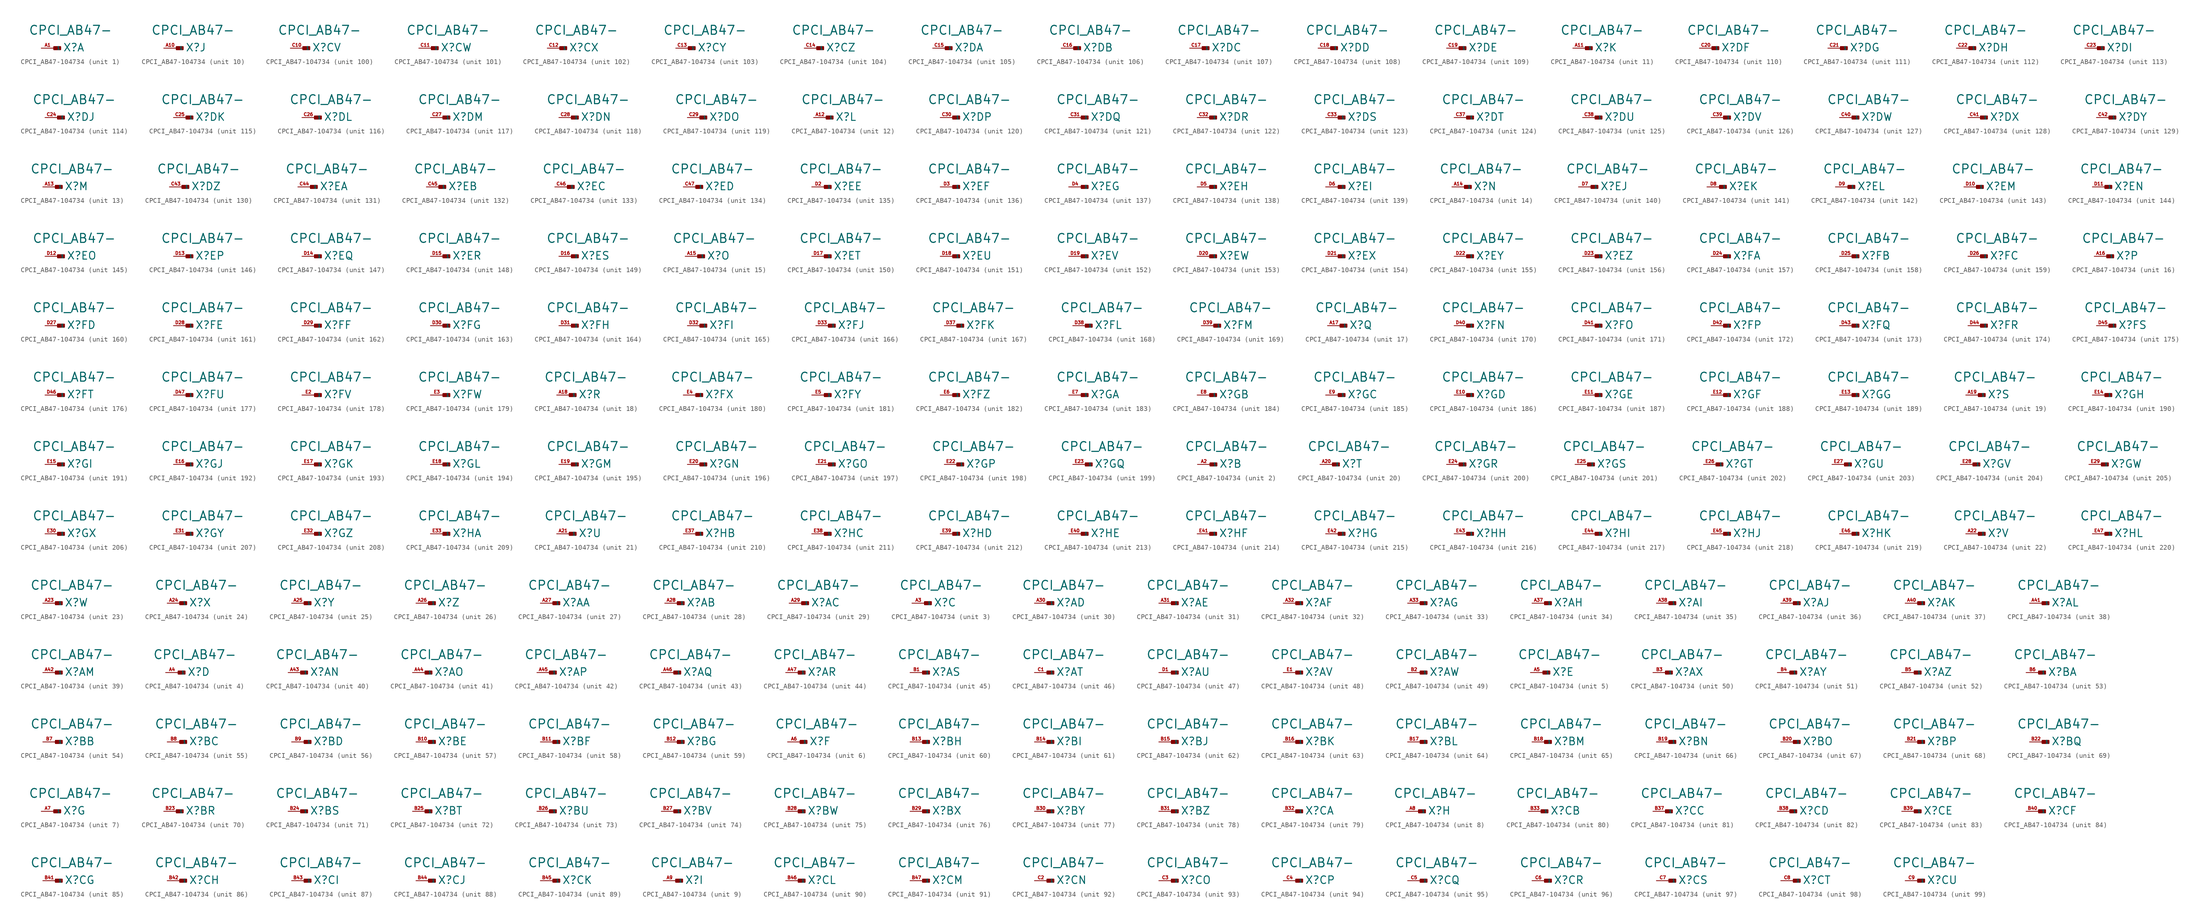
<source format=kicad_sym>
(kicad_symbol_lib
  (version 20220914)
  (generator Eagle2Kicad)
  (symbol "CPCI_AB47-104734"
    (property "Reference" "X"
      (at 1.778 -0.762 0)
      (effects (font (size 1.524 1.524) (thickness 0.19)) (justify left bottom)))
    (property "Value" "CPCI_AB47-"
      (at -5.08 2.54 0)
      (effects (font (size 1.778 1.778) (thickness 0.22)) (justify left bottom)))
    (symbol "CPCI_AB47-104734_1_0"
      (rectangle (start 0 -0.254) (end 1.27 0.254) (stroke (width 0.3) (type default)) (fill (type outline)))
      (pin input line (at -2.54 0 0) (length 2.54) (name "1" (effects (font (size 0.635 0.635) (thickness 0.08)) (justify left bottom))) (number "A1" (effects (font (size 0.635 0.635) (thickness 0.08)) (justify left bottom)))))
    (symbol "CPCI_AB47-104734_2_0"
      (rectangle (start 0 -0.254) (end 1.27 0.254) (stroke (width 0.3) (type default)) (fill (type outline)))
      (pin input line (at -2.54 0 0) (length 2.54) (name "1" (effects (font (size 0.635 0.635) (thickness 0.08)) (justify left bottom))) (number "A2" (effects (font (size 0.635 0.635) (thickness 0.08)) (justify left bottom)))))
    (symbol "CPCI_AB47-104734_3_0"
      (rectangle (start 0 -0.254) (end 1.27 0.254) (stroke (width 0.3) (type default)) (fill (type outline)))
      (pin input line (at -2.54 0 0) (length 2.54) (name "1" (effects (font (size 0.635 0.635) (thickness 0.08)) (justify left bottom))) (number "A3" (effects (font (size 0.635 0.635) (thickness 0.08)) (justify left bottom)))))
    (symbol "CPCI_AB47-104734_4_0"
      (rectangle (start 0 -0.254) (end 1.27 0.254) (stroke (width 0.3) (type default)) (fill (type outline)))
      (pin input line (at -2.54 0 0) (length 2.54) (name "1" (effects (font (size 0.635 0.635) (thickness 0.08)) (justify left bottom))) (number "A4" (effects (font (size 0.635 0.635) (thickness 0.08)) (justify left bottom)))))
    (symbol "CPCI_AB47-104734_5_0"
      (rectangle (start 0 -0.254) (end 1.27 0.254) (stroke (width 0.3) (type default)) (fill (type outline)))
      (pin input line (at -2.54 0 0) (length 2.54) (name "1" (effects (font (size 0.635 0.635) (thickness 0.08)) (justify left bottom))) (number "A5" (effects (font (size 0.635 0.635) (thickness 0.08)) (justify left bottom)))))
    (symbol "CPCI_AB47-104734_6_0"
      (rectangle (start 0 -0.254) (end 1.27 0.254) (stroke (width 0.3) (type default)) (fill (type outline)))
      (pin input line (at -2.54 0 0) (length 2.54) (name "1" (effects (font (size 0.635 0.635) (thickness 0.08)) (justify left bottom))) (number "A6" (effects (font (size 0.635 0.635) (thickness 0.08)) (justify left bottom)))))
    (symbol "CPCI_AB47-104734_7_0"
      (rectangle (start 0 -0.254) (end 1.27 0.254) (stroke (width 0.3) (type default)) (fill (type outline)))
      (pin input line (at -2.54 0 0) (length 2.54) (name "1" (effects (font (size 0.635 0.635) (thickness 0.08)) (justify left bottom))) (number "A7" (effects (font (size 0.635 0.635) (thickness 0.08)) (justify left bottom)))))
    (symbol "CPCI_AB47-104734_8_0"
      (rectangle (start 0 -0.254) (end 1.27 0.254) (stroke (width 0.3) (type default)) (fill (type outline)))
      (pin input line (at -2.54 0 0) (length 2.54) (name "1" (effects (font (size 0.635 0.635) (thickness 0.08)) (justify left bottom))) (number "A8" (effects (font (size 0.635 0.635) (thickness 0.08)) (justify left bottom)))))
    (symbol "CPCI_AB47-104734_9_0"
      (rectangle (start 0 -0.254) (end 1.27 0.254) (stroke (width 0.3) (type default)) (fill (type outline)))
      (pin input line (at -2.54 0 0) (length 2.54) (name "1" (effects (font (size 0.635 0.635) (thickness 0.08)) (justify left bottom))) (number "A9" (effects (font (size 0.635 0.635) (thickness 0.08)) (justify left bottom)))))
    (symbol "CPCI_AB47-104734_10_0"
      (rectangle (start 0 -0.254) (end 1.27 0.254) (stroke (width 0.3) (type default)) (fill (type outline)))
      (pin input line (at -2.54 0 0) (length 2.54) (name "1" (effects (font (size 0.635 0.635) (thickness 0.08)) (justify left bottom))) (number "A10" (effects (font (size 0.635 0.635) (thickness 0.08)) (justify left bottom)))))
    (symbol "CPCI_AB47-104734_11_0"
      (rectangle (start 0 -0.254) (end 1.27 0.254) (stroke (width 0.3) (type default)) (fill (type outline)))
      (pin input line (at -2.54 0 0) (length 2.54) (name "1" (effects (font (size 0.635 0.635) (thickness 0.08)) (justify left bottom))) (number "A11" (effects (font (size 0.635 0.635) (thickness 0.08)) (justify left bottom)))))
    (symbol "CPCI_AB47-104734_12_0"
      (rectangle (start 0 -0.254) (end 1.27 0.254) (stroke (width 0.3) (type default)) (fill (type outline)))
      (pin input line (at -2.54 0 0) (length 2.54) (name "1" (effects (font (size 0.635 0.635) (thickness 0.08)) (justify left bottom))) (number "A12" (effects (font (size 0.635 0.635) (thickness 0.08)) (justify left bottom)))))
    (symbol "CPCI_AB47-104734_13_0"
      (rectangle (start 0 -0.254) (end 1.27 0.254) (stroke (width 0.3) (type default)) (fill (type outline)))
      (pin input line (at -2.54 0 0) (length 2.54) (name "1" (effects (font (size 0.635 0.635) (thickness 0.08)) (justify left bottom))) (number "A13" (effects (font (size 0.635 0.635) (thickness 0.08)) (justify left bottom)))))
    (symbol "CPCI_AB47-104734_14_0"
      (rectangle (start 0 -0.254) (end 1.27 0.254) (stroke (width 0.3) (type default)) (fill (type outline)))
      (pin input line (at -2.54 0 0) (length 2.54) (name "1" (effects (font (size 0.635 0.635) (thickness 0.08)) (justify left bottom))) (number "A14" (effects (font (size 0.635 0.635) (thickness 0.08)) (justify left bottom)))))
    (symbol "CPCI_AB47-104734_15_0"
      (rectangle (start 0 -0.254) (end 1.27 0.254) (stroke (width 0.3) (type default)) (fill (type outline)))
      (pin input line (at -2.54 0 0) (length 2.54) (name "1" (effects (font (size 0.635 0.635) (thickness 0.08)) (justify left bottom))) (number "A15" (effects (font (size 0.635 0.635) (thickness 0.08)) (justify left bottom)))))
    (symbol "CPCI_AB47-104734_16_0"
      (rectangle (start 0 -0.254) (end 1.27 0.254) (stroke (width 0.3) (type default)) (fill (type outline)))
      (pin input line (at -2.54 0 0) (length 2.54) (name "1" (effects (font (size 0.635 0.635) (thickness 0.08)) (justify left bottom))) (number "A16" (effects (font (size 0.635 0.635) (thickness 0.08)) (justify left bottom)))))
    (symbol "CPCI_AB47-104734_17_0"
      (rectangle (start 0 -0.254) (end 1.27 0.254) (stroke (width 0.3) (type default)) (fill (type outline)))
      (pin input line (at -2.54 0 0) (length 2.54) (name "1" (effects (font (size 0.635 0.635) (thickness 0.08)) (justify left bottom))) (number "A17" (effects (font (size 0.635 0.635) (thickness 0.08)) (justify left bottom)))))
    (symbol "CPCI_AB47-104734_18_0"
      (rectangle (start 0 -0.254) (end 1.27 0.254) (stroke (width 0.3) (type default)) (fill (type outline)))
      (pin input line (at -2.54 0 0) (length 2.54) (name "1" (effects (font (size 0.635 0.635) (thickness 0.08)) (justify left bottom))) (number "A18" (effects (font (size 0.635 0.635) (thickness 0.08)) (justify left bottom)))))
    (symbol "CPCI_AB47-104734_19_0"
      (rectangle (start 0 -0.254) (end 1.27 0.254) (stroke (width 0.3) (type default)) (fill (type outline)))
      (pin input line (at -2.54 0 0) (length 2.54) (name "1" (effects (font (size 0.635 0.635) (thickness 0.08)) (justify left bottom))) (number "A19" (effects (font (size 0.635 0.635) (thickness 0.08)) (justify left bottom)))))
    (symbol "CPCI_AB47-104734_20_0"
      (rectangle (start 0 -0.254) (end 1.27 0.254) (stroke (width 0.3) (type default)) (fill (type outline)))
      (pin input line (at -2.54 0 0) (length 2.54) (name "1" (effects (font (size 0.635 0.635) (thickness 0.08)) (justify left bottom))) (number "A20" (effects (font (size 0.635 0.635) (thickness 0.08)) (justify left bottom)))))
    (symbol "CPCI_AB47-104734_21_0"
      (rectangle (start 0 -0.254) (end 1.27 0.254) (stroke (width 0.3) (type default)) (fill (type outline)))
      (pin input line (at -2.54 0 0) (length 2.54) (name "1" (effects (font (size 0.635 0.635) (thickness 0.08)) (justify left bottom))) (number "A21" (effects (font (size 0.635 0.635) (thickness 0.08)) (justify left bottom)))))
    (symbol "CPCI_AB47-104734_22_0"
      (rectangle (start 0 -0.254) (end 1.27 0.254) (stroke (width 0.3) (type default)) (fill (type outline)))
      (pin input line (at -2.54 0 0) (length 2.54) (name "1" (effects (font (size 0.635 0.635) (thickness 0.08)) (justify left bottom))) (number "A22" (effects (font (size 0.635 0.635) (thickness 0.08)) (justify left bottom)))))
    (symbol "CPCI_AB47-104734_23_0"
      (rectangle (start 0 -0.254) (end 1.27 0.254) (stroke (width 0.3) (type default)) (fill (type outline)))
      (pin input line (at -2.54 0 0) (length 2.54) (name "1" (effects (font (size 0.635 0.635) (thickness 0.08)) (justify left bottom))) (number "A23" (effects (font (size 0.635 0.635) (thickness 0.08)) (justify left bottom)))))
    (symbol "CPCI_AB47-104734_24_0"
      (rectangle (start 0 -0.254) (end 1.27 0.254) (stroke (width 0.3) (type default)) (fill (type outline)))
      (pin input line (at -2.54 0 0) (length 2.54) (name "1" (effects (font (size 0.635 0.635) (thickness 0.08)) (justify left bottom))) (number "A24" (effects (font (size 0.635 0.635) (thickness 0.08)) (justify left bottom)))))
    (symbol "CPCI_AB47-104734_25_0"
      (rectangle (start 0 -0.254) (end 1.27 0.254) (stroke (width 0.3) (type default)) (fill (type outline)))
      (pin input line (at -2.54 0 0) (length 2.54) (name "1" (effects (font (size 0.635 0.635) (thickness 0.08)) (justify left bottom))) (number "A25" (effects (font (size 0.635 0.635) (thickness 0.08)) (justify left bottom)))))
    (symbol "CPCI_AB47-104734_26_0"
      (rectangle (start 0 -0.254) (end 1.27 0.254) (stroke (width 0.3) (type default)) (fill (type outline)))
      (pin input line (at -2.54 0 0) (length 2.54) (name "1" (effects (font (size 0.635 0.635) (thickness 0.08)) (justify left bottom))) (number "A26" (effects (font (size 0.635 0.635) (thickness 0.08)) (justify left bottom)))))
    (symbol "CPCI_AB47-104734_27_0"
      (rectangle (start 0 -0.254) (end 1.27 0.254) (stroke (width 0.3) (type default)) (fill (type outline)))
      (pin input line (at -2.54 0 0) (length 2.54) (name "1" (effects (font (size 0.635 0.635) (thickness 0.08)) (justify left bottom))) (number "A27" (effects (font (size 0.635 0.635) (thickness 0.08)) (justify left bottom)))))
    (symbol "CPCI_AB47-104734_28_0"
      (rectangle (start 0 -0.254) (end 1.27 0.254) (stroke (width 0.3) (type default)) (fill (type outline)))
      (pin input line (at -2.54 0 0) (length 2.54) (name "1" (effects (font (size 0.635 0.635) (thickness 0.08)) (justify left bottom))) (number "A28" (effects (font (size 0.635 0.635) (thickness 0.08)) (justify left bottom)))))
    (symbol "CPCI_AB47-104734_29_0"
      (rectangle (start 0 -0.254) (end 1.27 0.254) (stroke (width 0.3) (type default)) (fill (type outline)))
      (pin input line (at -2.54 0 0) (length 2.54) (name "1" (effects (font (size 0.635 0.635) (thickness 0.08)) (justify left bottom))) (number "A29" (effects (font (size 0.635 0.635) (thickness 0.08)) (justify left bottom)))))
    (symbol "CPCI_AB47-104734_30_0"
      (rectangle (start 0 -0.254) (end 1.27 0.254) (stroke (width 0.3) (type default)) (fill (type outline)))
      (pin input line (at -2.54 0 0) (length 2.54) (name "1" (effects (font (size 0.635 0.635) (thickness 0.08)) (justify left bottom))) (number "A30" (effects (font (size 0.635 0.635) (thickness 0.08)) (justify left bottom)))))
    (symbol "CPCI_AB47-104734_31_0"
      (rectangle (start 0 -0.254) (end 1.27 0.254) (stroke (width 0.3) (type default)) (fill (type outline)))
      (pin input line (at -2.54 0 0) (length 2.54) (name "1" (effects (font (size 0.635 0.635) (thickness 0.08)) (justify left bottom))) (number "A31" (effects (font (size 0.635 0.635) (thickness 0.08)) (justify left bottom)))))
    (symbol "CPCI_AB47-104734_32_0"
      (rectangle (start 0 -0.254) (end 1.27 0.254) (stroke (width 0.3) (type default)) (fill (type outline)))
      (pin input line (at -2.54 0 0) (length 2.54) (name "1" (effects (font (size 0.635 0.635) (thickness 0.08)) (justify left bottom))) (number "A32" (effects (font (size 0.635 0.635) (thickness 0.08)) (justify left bottom)))))
    (symbol "CPCI_AB47-104734_33_0"
      (rectangle (start 0 -0.254) (end 1.27 0.254) (stroke (width 0.3) (type default)) (fill (type outline)))
      (pin input line (at -2.54 0 0) (length 2.54) (name "1" (effects (font (size 0.635 0.635) (thickness 0.08)) (justify left bottom))) (number "A33" (effects (font (size 0.635 0.635) (thickness 0.08)) (justify left bottom)))))
    (symbol "CPCI_AB47-104734_34_0"
      (rectangle (start 0 -0.254) (end 1.27 0.254) (stroke (width 0.3) (type default)) (fill (type outline)))
      (pin input line (at -2.54 0 0) (length 2.54) (name "1" (effects (font (size 0.635 0.635) (thickness 0.08)) (justify left bottom))) (number "A37" (effects (font (size 0.635 0.635) (thickness 0.08)) (justify left bottom)))))
    (symbol "CPCI_AB47-104734_35_0"
      (rectangle (start 0 -0.254) (end 1.27 0.254) (stroke (width 0.3) (type default)) (fill (type outline)))
      (pin input line (at -2.54 0 0) (length 2.54) (name "1" (effects (font (size 0.635 0.635) (thickness 0.08)) (justify left bottom))) (number "A38" (effects (font (size 0.635 0.635) (thickness 0.08)) (justify left bottom)))))
    (symbol "CPCI_AB47-104734_36_0"
      (rectangle (start 0 -0.254) (end 1.27 0.254) (stroke (width 0.3) (type default)) (fill (type outline)))
      (pin input line (at -2.54 0 0) (length 2.54) (name "1" (effects (font (size 0.635 0.635) (thickness 0.08)) (justify left bottom))) (number "A39" (effects (font (size 0.635 0.635) (thickness 0.08)) (justify left bottom)))))
    (symbol "CPCI_AB47-104734_37_0"
      (rectangle (start 0 -0.254) (end 1.27 0.254) (stroke (width 0.3) (type default)) (fill (type outline)))
      (pin input line (at -2.54 0 0) (length 2.54) (name "1" (effects (font (size 0.635 0.635) (thickness 0.08)) (justify left bottom))) (number "A40" (effects (font (size 0.635 0.635) (thickness 0.08)) (justify left bottom)))))
    (symbol "CPCI_AB47-104734_38_0"
      (rectangle (start 0 -0.254) (end 1.27 0.254) (stroke (width 0.3) (type default)) (fill (type outline)))
      (pin input line (at -2.54 0 0) (length 2.54) (name "1" (effects (font (size 0.635 0.635) (thickness 0.08)) (justify left bottom))) (number "A41" (effects (font (size 0.635 0.635) (thickness 0.08)) (justify left bottom)))))
    (symbol "CPCI_AB47-104734_39_0"
      (rectangle (start 0 -0.254) (end 1.27 0.254) (stroke (width 0.3) (type default)) (fill (type outline)))
      (pin input line (at -2.54 0 0) (length 2.54) (name "1" (effects (font (size 0.635 0.635) (thickness 0.08)) (justify left bottom))) (number "A42" (effects (font (size 0.635 0.635) (thickness 0.08)) (justify left bottom)))))
    (symbol "CPCI_AB47-104734_40_0"
      (rectangle (start 0 -0.254) (end 1.27 0.254) (stroke (width 0.3) (type default)) (fill (type outline)))
      (pin input line (at -2.54 0 0) (length 2.54) (name "1" (effects (font (size 0.635 0.635) (thickness 0.08)) (justify left bottom))) (number "A43" (effects (font (size 0.635 0.635) (thickness 0.08)) (justify left bottom)))))
    (symbol "CPCI_AB47-104734_41_0"
      (rectangle (start 0 -0.254) (end 1.27 0.254) (stroke (width 0.3) (type default)) (fill (type outline)))
      (pin input line (at -2.54 0 0) (length 2.54) (name "1" (effects (font (size 0.635 0.635) (thickness 0.08)) (justify left bottom))) (number "A44" (effects (font (size 0.635 0.635) (thickness 0.08)) (justify left bottom)))))
    (symbol "CPCI_AB47-104734_42_0"
      (rectangle (start 0 -0.254) (end 1.27 0.254) (stroke (width 0.3) (type default)) (fill (type outline)))
      (pin input line (at -2.54 0 0) (length 2.54) (name "1" (effects (font (size 0.635 0.635) (thickness 0.08)) (justify left bottom))) (number "A45" (effects (font (size 0.635 0.635) (thickness 0.08)) (justify left bottom)))))
    (symbol "CPCI_AB47-104734_43_0"
      (rectangle (start 0 -0.254) (end 1.27 0.254) (stroke (width 0.3) (type default)) (fill (type outline)))
      (pin input line (at -2.54 0 0) (length 2.54) (name "1" (effects (font (size 0.635 0.635) (thickness 0.08)) (justify left bottom))) (number "A46" (effects (font (size 0.635 0.635) (thickness 0.08)) (justify left bottom)))))
    (symbol "CPCI_AB47-104734_44_0"
      (rectangle (start 0 -0.254) (end 1.27 0.254) (stroke (width 0.3) (type default)) (fill (type outline)))
      (pin input line (at -2.54 0 0) (length 2.54) (name "1" (effects (font (size 0.635 0.635) (thickness 0.08)) (justify left bottom))) (number "A47" (effects (font (size 0.635 0.635) (thickness 0.08)) (justify left bottom)))))
    (symbol "CPCI_AB47-104734_45_0"
      (rectangle (start 0 -0.254) (end 1.27 0.254) (stroke (width 0.3) (type default)) (fill (type outline)))
      (pin input line (at -2.54 0 0) (length 2.54) (name "1" (effects (font (size 0.635 0.635) (thickness 0.08)) (justify left bottom))) (number "B1" (effects (font (size 0.635 0.635) (thickness 0.08)) (justify left bottom)))))
    (symbol "CPCI_AB47-104734_46_0"
      (rectangle (start 0 -0.254) (end 1.27 0.254) (stroke (width 0.3) (type default)) (fill (type outline)))
      (pin input line (at -2.54 0 0) (length 2.54) (name "1" (effects (font (size 0.635 0.635) (thickness 0.08)) (justify left bottom))) (number "C1" (effects (font (size 0.635 0.635) (thickness 0.08)) (justify left bottom)))))
    (symbol "CPCI_AB47-104734_47_0"
      (rectangle (start 0 -0.254) (end 1.27 0.254) (stroke (width 0.3) (type default)) (fill (type outline)))
      (pin input line (at -2.54 0 0) (length 2.54) (name "1" (effects (font (size 0.635 0.635) (thickness 0.08)) (justify left bottom))) (number "D1" (effects (font (size 0.635 0.635) (thickness 0.08)) (justify left bottom)))))
    (symbol "CPCI_AB47-104734_48_0"
      (rectangle (start 0 -0.254) (end 1.27 0.254) (stroke (width 0.3) (type default)) (fill (type outline)))
      (pin input line (at -2.54 0 0) (length 2.54) (name "1" (effects (font (size 0.635 0.635) (thickness 0.08)) (justify left bottom))) (number "E1" (effects (font (size 0.635 0.635) (thickness 0.08)) (justify left bottom)))))
    (symbol "CPCI_AB47-104734_49_0"
      (rectangle (start 0 -0.254) (end 1.27 0.254) (stroke (width 0.3) (type default)) (fill (type outline)))
      (pin input line (at -2.54 0 0) (length 2.54) (name "1" (effects (font (size 0.635 0.635) (thickness 0.08)) (justify left bottom))) (number "B2" (effects (font (size 0.635 0.635) (thickness 0.08)) (justify left bottom)))))
    (symbol "CPCI_AB47-104734_50_0"
      (rectangle (start 0 -0.254) (end 1.27 0.254) (stroke (width 0.3) (type default)) (fill (type outline)))
      (pin input line (at -2.54 0 0) (length 2.54) (name "1" (effects (font (size 0.635 0.635) (thickness 0.08)) (justify left bottom))) (number "B3" (effects (font (size 0.635 0.635) (thickness 0.08)) (justify left bottom)))))
    (symbol "CPCI_AB47-104734_51_0"
      (rectangle (start 0 -0.254) (end 1.27 0.254) (stroke (width 0.3) (type default)) (fill (type outline)))
      (pin input line (at -2.54 0 0) (length 2.54) (name "1" (effects (font (size 0.635 0.635) (thickness 0.08)) (justify left bottom))) (number "B4" (effects (font (size 0.635 0.635) (thickness 0.08)) (justify left bottom)))))
    (symbol "CPCI_AB47-104734_52_0"
      (rectangle (start 0 -0.254) (end 1.27 0.254) (stroke (width 0.3) (type default)) (fill (type outline)))
      (pin input line (at -2.54 0 0) (length 2.54) (name "1" (effects (font (size 0.635 0.635) (thickness 0.08)) (justify left bottom))) (number "B5" (effects (font (size 0.635 0.635) (thickness 0.08)) (justify left bottom)))))
    (symbol "CPCI_AB47-104734_53_0"
      (rectangle (start 0 -0.254) (end 1.27 0.254) (stroke (width 0.3) (type default)) (fill (type outline)))
      (pin input line (at -2.54 0 0) (length 2.54) (name "1" (effects (font (size 0.635 0.635) (thickness 0.08)) (justify left bottom))) (number "B6" (effects (font (size 0.635 0.635) (thickness 0.08)) (justify left bottom)))))
    (symbol "CPCI_AB47-104734_54_0"
      (rectangle (start 0 -0.254) (end 1.27 0.254) (stroke (width 0.3) (type default)) (fill (type outline)))
      (pin input line (at -2.54 0 0) (length 2.54) (name "1" (effects (font (size 0.635 0.635) (thickness 0.08)) (justify left bottom))) (number "B7" (effects (font (size 0.635 0.635) (thickness 0.08)) (justify left bottom)))))
    (symbol "CPCI_AB47-104734_55_0"
      (rectangle (start 0 -0.254) (end 1.27 0.254) (stroke (width 0.3) (type default)) (fill (type outline)))
      (pin input line (at -2.54 0 0) (length 2.54) (name "1" (effects (font (size 0.635 0.635) (thickness 0.08)) (justify left bottom))) (number "B8" (effects (font (size 0.635 0.635) (thickness 0.08)) (justify left bottom)))))
    (symbol "CPCI_AB47-104734_56_0"
      (rectangle (start 0 -0.254) (end 1.27 0.254) (stroke (width 0.3) (type default)) (fill (type outline)))
      (pin input line (at -2.54 0 0) (length 2.54) (name "1" (effects (font (size 0.635 0.635) (thickness 0.08)) (justify left bottom))) (number "B9" (effects (font (size 0.635 0.635) (thickness 0.08)) (justify left bottom)))))
    (symbol "CPCI_AB47-104734_57_0"
      (rectangle (start 0 -0.254) (end 1.27 0.254) (stroke (width 0.3) (type default)) (fill (type outline)))
      (pin input line (at -2.54 0 0) (length 2.54) (name "1" (effects (font (size 0.635 0.635) (thickness 0.08)) (justify left bottom))) (number "B10" (effects (font (size 0.635 0.635) (thickness 0.08)) (justify left bottom)))))
    (symbol "CPCI_AB47-104734_58_0"
      (rectangle (start 0 -0.254) (end 1.27 0.254) (stroke (width 0.3) (type default)) (fill (type outline)))
      (pin input line (at -2.54 0 0) (length 2.54) (name "1" (effects (font (size 0.635 0.635) (thickness 0.08)) (justify left bottom))) (number "B11" (effects (font (size 0.635 0.635) (thickness 0.08)) (justify left bottom)))))
    (symbol "CPCI_AB47-104734_59_0"
      (rectangle (start 0 -0.254) (end 1.27 0.254) (stroke (width 0.3) (type default)) (fill (type outline)))
      (pin input line (at -2.54 0 0) (length 2.54) (name "1" (effects (font (size 0.635 0.635) (thickness 0.08)) (justify left bottom))) (number "B12" (effects (font (size 0.635 0.635) (thickness 0.08)) (justify left bottom)))))
    (symbol "CPCI_AB47-104734_60_0"
      (rectangle (start 0 -0.254) (end 1.27 0.254) (stroke (width 0.3) (type default)) (fill (type outline)))
      (pin input line (at -2.54 0 0) (length 2.54) (name "1" (effects (font (size 0.635 0.635) (thickness 0.08)) (justify left bottom))) (number "B13" (effects (font (size 0.635 0.635) (thickness 0.08)) (justify left bottom)))))
    (symbol "CPCI_AB47-104734_61_0"
      (rectangle (start 0 -0.254) (end 1.27 0.254) (stroke (width 0.3) (type default)) (fill (type outline)))
      (pin input line (at -2.54 0 0) (length 2.54) (name "1" (effects (font (size 0.635 0.635) (thickness 0.08)) (justify left bottom))) (number "B14" (effects (font (size 0.635 0.635) (thickness 0.08)) (justify left bottom)))))
    (symbol "CPCI_AB47-104734_62_0"
      (rectangle (start 0 -0.254) (end 1.27 0.254) (stroke (width 0.3) (type default)) (fill (type outline)))
      (pin input line (at -2.54 0 0) (length 2.54) (name "1" (effects (font (size 0.635 0.635) (thickness 0.08)) (justify left bottom))) (number "B15" (effects (font (size 0.635 0.635) (thickness 0.08)) (justify left bottom)))))
    (symbol "CPCI_AB47-104734_63_0"
      (rectangle (start 0 -0.254) (end 1.27 0.254) (stroke (width 0.3) (type default)) (fill (type outline)))
      (pin input line (at -2.54 0 0) (length 2.54) (name "1" (effects (font (size 0.635 0.635) (thickness 0.08)) (justify left bottom))) (number "B16" (effects (font (size 0.635 0.635) (thickness 0.08)) (justify left bottom)))))
    (symbol "CPCI_AB47-104734_64_0"
      (rectangle (start 0 -0.254) (end 1.27 0.254) (stroke (width 0.3) (type default)) (fill (type outline)))
      (pin input line (at -2.54 0 0) (length 2.54) (name "1" (effects (font (size 0.635 0.635) (thickness 0.08)) (justify left bottom))) (number "B17" (effects (font (size 0.635 0.635) (thickness 0.08)) (justify left bottom)))))
    (symbol "CPCI_AB47-104734_65_0"
      (rectangle (start 0 -0.254) (end 1.27 0.254) (stroke (width 0.3) (type default)) (fill (type outline)))
      (pin input line (at -2.54 0 0) (length 2.54) (name "1" (effects (font (size 0.635 0.635) (thickness 0.08)) (justify left bottom))) (number "B18" (effects (font (size 0.635 0.635) (thickness 0.08)) (justify left bottom)))))
    (symbol "CPCI_AB47-104734_66_0"
      (rectangle (start 0 -0.254) (end 1.27 0.254) (stroke (width 0.3) (type default)) (fill (type outline)))
      (pin input line (at -2.54 0 0) (length 2.54) (name "1" (effects (font (size 0.635 0.635) (thickness 0.08)) (justify left bottom))) (number "B19" (effects (font (size 0.635 0.635) (thickness 0.08)) (justify left bottom)))))
    (symbol "CPCI_AB47-104734_67_0"
      (rectangle (start 0 -0.254) (end 1.27 0.254) (stroke (width 0.3) (type default)) (fill (type outline)))
      (pin input line (at -2.54 0 0) (length 2.54) (name "1" (effects (font (size 0.635 0.635) (thickness 0.08)) (justify left bottom))) (number "B20" (effects (font (size 0.635 0.635) (thickness 0.08)) (justify left bottom)))))
    (symbol "CPCI_AB47-104734_68_0"
      (rectangle (start 0 -0.254) (end 1.27 0.254) (stroke (width 0.3) (type default)) (fill (type outline)))
      (pin input line (at -2.54 0 0) (length 2.54) (name "1" (effects (font (size 0.635 0.635) (thickness 0.08)) (justify left bottom))) (number "B21" (effects (font (size 0.635 0.635) (thickness 0.08)) (justify left bottom)))))
    (symbol "CPCI_AB47-104734_69_0"
      (rectangle (start 0 -0.254) (end 1.27 0.254) (stroke (width 0.3) (type default)) (fill (type outline)))
      (pin input line (at -2.54 0 0) (length 2.54) (name "1" (effects (font (size 0.635 0.635) (thickness 0.08)) (justify left bottom))) (number "B22" (effects (font (size 0.635 0.635) (thickness 0.08)) (justify left bottom)))))
    (symbol "CPCI_AB47-104734_70_0"
      (rectangle (start 0 -0.254) (end 1.27 0.254) (stroke (width 0.3) (type default)) (fill (type outline)))
      (pin input line (at -2.54 0 0) (length 2.54) (name "1" (effects (font (size 0.635 0.635) (thickness 0.08)) (justify left bottom))) (number "B23" (effects (font (size 0.635 0.635) (thickness 0.08)) (justify left bottom)))))
    (symbol "CPCI_AB47-104734_71_0"
      (rectangle (start 0 -0.254) (end 1.27 0.254) (stroke (width 0.3) (type default)) (fill (type outline)))
      (pin input line (at -2.54 0 0) (length 2.54) (name "1" (effects (font (size 0.635 0.635) (thickness 0.08)) (justify left bottom))) (number "B24" (effects (font (size 0.635 0.635) (thickness 0.08)) (justify left bottom)))))
    (symbol "CPCI_AB47-104734_72_0"
      (rectangle (start 0 -0.254) (end 1.27 0.254) (stroke (width 0.3) (type default)) (fill (type outline)))
      (pin input line (at -2.54 0 0) (length 2.54) (name "1" (effects (font (size 0.635 0.635) (thickness 0.08)) (justify left bottom))) (number "B25" (effects (font (size 0.635 0.635) (thickness 0.08)) (justify left bottom)))))
    (symbol "CPCI_AB47-104734_73_0"
      (rectangle (start 0 -0.254) (end 1.27 0.254) (stroke (width 0.3) (type default)) (fill (type outline)))
      (pin input line (at -2.54 0 0) (length 2.54) (name "1" (effects (font (size 0.635 0.635) (thickness 0.08)) (justify left bottom))) (number "B26" (effects (font (size 0.635 0.635) (thickness 0.08)) (justify left bottom)))))
    (symbol "CPCI_AB47-104734_74_0"
      (rectangle (start 0 -0.254) (end 1.27 0.254) (stroke (width 0.3) (type default)) (fill (type outline)))
      (pin input line (at -2.54 0 0) (length 2.54) (name "1" (effects (font (size 0.635 0.635) (thickness 0.08)) (justify left bottom))) (number "B27" (effects (font (size 0.635 0.635) (thickness 0.08)) (justify left bottom)))))
    (symbol "CPCI_AB47-104734_75_0"
      (rectangle (start 0 -0.254) (end 1.27 0.254) (stroke (width 0.3) (type default)) (fill (type outline)))
      (pin input line (at -2.54 0 0) (length 2.54) (name "1" (effects (font (size 0.635 0.635) (thickness 0.08)) (justify left bottom))) (number "B28" (effects (font (size 0.635 0.635) (thickness 0.08)) (justify left bottom)))))
    (symbol "CPCI_AB47-104734_76_0"
      (rectangle (start 0 -0.254) (end 1.27 0.254) (stroke (width 0.3) (type default)) (fill (type outline)))
      (pin input line (at -2.54 0 0) (length 2.54) (name "1" (effects (font (size 0.635 0.635) (thickness 0.08)) (justify left bottom))) (number "B29" (effects (font (size 0.635 0.635) (thickness 0.08)) (justify left bottom)))))
    (symbol "CPCI_AB47-104734_77_0"
      (rectangle (start 0 -0.254) (end 1.27 0.254) (stroke (width 0.3) (type default)) (fill (type outline)))
      (pin input line (at -2.54 0 0) (length 2.54) (name "1" (effects (font (size 0.635 0.635) (thickness 0.08)) (justify left bottom))) (number "B30" (effects (font (size 0.635 0.635) (thickness 0.08)) (justify left bottom)))))
    (symbol "CPCI_AB47-104734_78_0"
      (rectangle (start 0 -0.254) (end 1.27 0.254) (stroke (width 0.3) (type default)) (fill (type outline)))
      (pin input line (at -2.54 0 0) (length 2.54) (name "1" (effects (font (size 0.635 0.635) (thickness 0.08)) (justify left bottom))) (number "B31" (effects (font (size 0.635 0.635) (thickness 0.08)) (justify left bottom)))))
    (symbol "CPCI_AB47-104734_79_0"
      (rectangle (start 0 -0.254) (end 1.27 0.254) (stroke (width 0.3) (type default)) (fill (type outline)))
      (pin input line (at -2.54 0 0) (length 2.54) (name "1" (effects (font (size 0.635 0.635) (thickness 0.08)) (justify left bottom))) (number "B32" (effects (font (size 0.635 0.635) (thickness 0.08)) (justify left bottom)))))
    (symbol "CPCI_AB47-104734_80_0"
      (rectangle (start 0 -0.254) (end 1.27 0.254) (stroke (width 0.3) (type default)) (fill (type outline)))
      (pin input line (at -2.54 0 0) (length 2.54) (name "1" (effects (font (size 0.635 0.635) (thickness 0.08)) (justify left bottom))) (number "B33" (effects (font (size 0.635 0.635) (thickness 0.08)) (justify left bottom)))))
    (symbol "CPCI_AB47-104734_81_0"
      (rectangle (start 0 -0.254) (end 1.27 0.254) (stroke (width 0.3) (type default)) (fill (type outline)))
      (pin input line (at -2.54 0 0) (length 2.54) (name "1" (effects (font (size 0.635 0.635) (thickness 0.08)) (justify left bottom))) (number "B37" (effects (font (size 0.635 0.635) (thickness 0.08)) (justify left bottom)))))
    (symbol "CPCI_AB47-104734_82_0"
      (rectangle (start 0 -0.254) (end 1.27 0.254) (stroke (width 0.3) (type default)) (fill (type outline)))
      (pin input line (at -2.54 0 0) (length 2.54) (name "1" (effects (font (size 0.635 0.635) (thickness 0.08)) (justify left bottom))) (number "B38" (effects (font (size 0.635 0.635) (thickness 0.08)) (justify left bottom)))))
    (symbol "CPCI_AB47-104734_83_0"
      (rectangle (start 0 -0.254) (end 1.27 0.254) (stroke (width 0.3) (type default)) (fill (type outline)))
      (pin input line (at -2.54 0 0) (length 2.54) (name "1" (effects (font (size 0.635 0.635) (thickness 0.08)) (justify left bottom))) (number "B39" (effects (font (size 0.635 0.635) (thickness 0.08)) (justify left bottom)))))
    (symbol "CPCI_AB47-104734_84_0"
      (rectangle (start 0 -0.254) (end 1.27 0.254) (stroke (width 0.3) (type default)) (fill (type outline)))
      (pin input line (at -2.54 0 0) (length 2.54) (name "1" (effects (font (size 0.635 0.635) (thickness 0.08)) (justify left bottom))) (number "B40" (effects (font (size 0.635 0.635) (thickness 0.08)) (justify left bottom)))))
    (symbol "CPCI_AB47-104734_85_0"
      (rectangle (start 0 -0.254) (end 1.27 0.254) (stroke (width 0.3) (type default)) (fill (type outline)))
      (pin input line (at -2.54 0 0) (length 2.54) (name "1" (effects (font (size 0.635 0.635) (thickness 0.08)) (justify left bottom))) (number "B41" (effects (font (size 0.635 0.635) (thickness 0.08)) (justify left bottom)))))
    (symbol "CPCI_AB47-104734_86_0"
      (rectangle (start 0 -0.254) (end 1.27 0.254) (stroke (width 0.3) (type default)) (fill (type outline)))
      (pin input line (at -2.54 0 0) (length 2.54) (name "1" (effects (font (size 0.635 0.635) (thickness 0.08)) (justify left bottom))) (number "B42" (effects (font (size 0.635 0.635) (thickness 0.08)) (justify left bottom)))))
    (symbol "CPCI_AB47-104734_87_0"
      (rectangle (start 0 -0.254) (end 1.27 0.254) (stroke (width 0.3) (type default)) (fill (type outline)))
      (pin input line (at -2.54 0 0) (length 2.54) (name "1" (effects (font (size 0.635 0.635) (thickness 0.08)) (justify left bottom))) (number "B43" (effects (font (size 0.635 0.635) (thickness 0.08)) (justify left bottom)))))
    (symbol "CPCI_AB47-104734_88_0"
      (rectangle (start 0 -0.254) (end 1.27 0.254) (stroke (width 0.3) (type default)) (fill (type outline)))
      (pin input line (at -2.54 0 0) (length 2.54) (name "1" (effects (font (size 0.635 0.635) (thickness 0.08)) (justify left bottom))) (number "B44" (effects (font (size 0.635 0.635) (thickness 0.08)) (justify left bottom)))))
    (symbol "CPCI_AB47-104734_89_0"
      (rectangle (start 0 -0.254) (end 1.27 0.254) (stroke (width 0.3) (type default)) (fill (type outline)))
      (pin input line (at -2.54 0 0) (length 2.54) (name "1" (effects (font (size 0.635 0.635) (thickness 0.08)) (justify left bottom))) (number "B45" (effects (font (size 0.635 0.635) (thickness 0.08)) (justify left bottom)))))
    (symbol "CPCI_AB47-104734_90_0"
      (rectangle (start 0 -0.254) (end 1.27 0.254) (stroke (width 0.3) (type default)) (fill (type outline)))
      (pin input line (at -2.54 0 0) (length 2.54) (name "1" (effects (font (size 0.635 0.635) (thickness 0.08)) (justify left bottom))) (number "B46" (effects (font (size 0.635 0.635) (thickness 0.08)) (justify left bottom)))))
    (symbol "CPCI_AB47-104734_91_0"
      (rectangle (start 0 -0.254) (end 1.27 0.254) (stroke (width 0.3) (type default)) (fill (type outline)))
      (pin input line (at -2.54 0 0) (length 2.54) (name "1" (effects (font (size 0.635 0.635) (thickness 0.08)) (justify left bottom))) (number "B47" (effects (font (size 0.635 0.635) (thickness 0.08)) (justify left bottom)))))
    (symbol "CPCI_AB47-104734_92_0"
      (rectangle (start 0 -0.254) (end 1.27 0.254) (stroke (width 0.3) (type default)) (fill (type outline)))
      (pin input line (at -2.54 0 0) (length 2.54) (name "1" (effects (font (size 0.635 0.635) (thickness 0.08)) (justify left bottom))) (number "C2" (effects (font (size 0.635 0.635) (thickness 0.08)) (justify left bottom)))))
    (symbol "CPCI_AB47-104734_93_0"
      (rectangle (start 0 -0.254) (end 1.27 0.254) (stroke (width 0.3) (type default)) (fill (type outline)))
      (pin input line (at -2.54 0 0) (length 2.54) (name "1" (effects (font (size 0.635 0.635) (thickness 0.08)) (justify left bottom))) (number "C3" (effects (font (size 0.635 0.635) (thickness 0.08)) (justify left bottom)))))
    (symbol "CPCI_AB47-104734_94_0"
      (rectangle (start 0 -0.254) (end 1.27 0.254) (stroke (width 0.3) (type default)) (fill (type outline)))
      (pin input line (at -2.54 0 0) (length 2.54) (name "1" (effects (font (size 0.635 0.635) (thickness 0.08)) (justify left bottom))) (number "C4" (effects (font (size 0.635 0.635) (thickness 0.08)) (justify left bottom)))))
    (symbol "CPCI_AB47-104734_95_0"
      (rectangle (start 0 -0.254) (end 1.27 0.254) (stroke (width 0.3) (type default)) (fill (type outline)))
      (pin input line (at -2.54 0 0) (length 2.54) (name "1" (effects (font (size 0.635 0.635) (thickness 0.08)) (justify left bottom))) (number "C5" (effects (font (size 0.635 0.635) (thickness 0.08)) (justify left bottom)))))
    (symbol "CPCI_AB47-104734_96_0"
      (rectangle (start 0 -0.254) (end 1.27 0.254) (stroke (width 0.3) (type default)) (fill (type outline)))
      (pin input line (at -2.54 0 0) (length 2.54) (name "1" (effects (font (size 0.635 0.635) (thickness 0.08)) (justify left bottom))) (number "C6" (effects (font (size 0.635 0.635) (thickness 0.08)) (justify left bottom)))))
    (symbol "CPCI_AB47-104734_97_0"
      (rectangle (start 0 -0.254) (end 1.27 0.254) (stroke (width 0.3) (type default)) (fill (type outline)))
      (pin input line (at -2.54 0 0) (length 2.54) (name "1" (effects (font (size 0.635 0.635) (thickness 0.08)) (justify left bottom))) (number "C7" (effects (font (size 0.635 0.635) (thickness 0.08)) (justify left bottom)))))
    (symbol "CPCI_AB47-104734_98_0"
      (rectangle (start 0 -0.254) (end 1.27 0.254) (stroke (width 0.3) (type default)) (fill (type outline)))
      (pin input line (at -2.54 0 0) (length 2.54) (name "1" (effects (font (size 0.635 0.635) (thickness 0.08)) (justify left bottom))) (number "C8" (effects (font (size 0.635 0.635) (thickness 0.08)) (justify left bottom)))))
    (symbol "CPCI_AB47-104734_99_0"
      (rectangle (start 0 -0.254) (end 1.27 0.254) (stroke (width 0.3) (type default)) (fill (type outline)))
      (pin input line (at -2.54 0 0) (length 2.54) (name "1" (effects (font (size 0.635 0.635) (thickness 0.08)) (justify left bottom))) (number "C9" (effects (font (size 0.635 0.635) (thickness 0.08)) (justify left bottom)))))
    (symbol "CPCI_AB47-104734_100_0"
      (rectangle (start 0 -0.254) (end 1.27 0.254) (stroke (width 0.3) (type default)) (fill (type outline)))
      (pin input line (at -2.54 0 0) (length 2.54) (name "1" (effects (font (size 0.635 0.635) (thickness 0.08)) (justify left bottom))) (number "C10" (effects (font (size 0.635 0.635) (thickness 0.08)) (justify left bottom)))))
    (symbol "CPCI_AB47-104734_101_0"
      (rectangle (start 0 -0.254) (end 1.27 0.254) (stroke (width 0.3) (type default)) (fill (type outline)))
      (pin input line (at -2.54 0 0) (length 2.54) (name "1" (effects (font (size 0.635 0.635) (thickness 0.08)) (justify left bottom))) (number "C11" (effects (font (size 0.635 0.635) (thickness 0.08)) (justify left bottom)))))
    (symbol "CPCI_AB47-104734_102_0"
      (rectangle (start 0 -0.254) (end 1.27 0.254) (stroke (width 0.3) (type default)) (fill (type outline)))
      (pin input line (at -2.54 0 0) (length 2.54) (name "1" (effects (font (size 0.635 0.635) (thickness 0.08)) (justify left bottom))) (number "C12" (effects (font (size 0.635 0.635) (thickness 0.08)) (justify left bottom)))))
    (symbol "CPCI_AB47-104734_103_0"
      (rectangle (start 0 -0.254) (end 1.27 0.254) (stroke (width 0.3) (type default)) (fill (type outline)))
      (pin input line (at -2.54 0 0) (length 2.54) (name "1" (effects (font (size 0.635 0.635) (thickness 0.08)) (justify left bottom))) (number "C13" (effects (font (size 0.635 0.635) (thickness 0.08)) (justify left bottom)))))
    (symbol "CPCI_AB47-104734_104_0"
      (rectangle (start 0 -0.254) (end 1.27 0.254) (stroke (width 0.3) (type default)) (fill (type outline)))
      (pin input line (at -2.54 0 0) (length 2.54) (name "1" (effects (font (size 0.635 0.635) (thickness 0.08)) (justify left bottom))) (number "C14" (effects (font (size 0.635 0.635) (thickness 0.08)) (justify left bottom)))))
    (symbol "CPCI_AB47-104734_105_0"
      (rectangle (start 0 -0.254) (end 1.27 0.254) (stroke (width 0.3) (type default)) (fill (type outline)))
      (pin input line (at -2.54 0 0) (length 2.54) (name "1" (effects (font (size 0.635 0.635) (thickness 0.08)) (justify left bottom))) (number "C15" (effects (font (size 0.635 0.635) (thickness 0.08)) (justify left bottom)))))
    (symbol "CPCI_AB47-104734_106_0"
      (rectangle (start 0 -0.254) (end 1.27 0.254) (stroke (width 0.3) (type default)) (fill (type outline)))
      (pin input line (at -2.54 0 0) (length 2.54) (name "1" (effects (font (size 0.635 0.635) (thickness 0.08)) (justify left bottom))) (number "C16" (effects (font (size 0.635 0.635) (thickness 0.08)) (justify left bottom)))))
    (symbol "CPCI_AB47-104734_107_0"
      (rectangle (start 0 -0.254) (end 1.27 0.254) (stroke (width 0.3) (type default)) (fill (type outline)))
      (pin input line (at -2.54 0 0) (length 2.54) (name "1" (effects (font (size 0.635 0.635) (thickness 0.08)) (justify left bottom))) (number "C17" (effects (font (size 0.635 0.635) (thickness 0.08)) (justify left bottom)))))
    (symbol "CPCI_AB47-104734_108_0"
      (rectangle (start 0 -0.254) (end 1.27 0.254) (stroke (width 0.3) (type default)) (fill (type outline)))
      (pin input line (at -2.54 0 0) (length 2.54) (name "1" (effects (font (size 0.635 0.635) (thickness 0.08)) (justify left bottom))) (number "C18" (effects (font (size 0.635 0.635) (thickness 0.08)) (justify left bottom)))))
    (symbol "CPCI_AB47-104734_109_0"
      (rectangle (start 0 -0.254) (end 1.27 0.254) (stroke (width 0.3) (type default)) (fill (type outline)))
      (pin input line (at -2.54 0 0) (length 2.54) (name "1" (effects (font (size 0.635 0.635) (thickness 0.08)) (justify left bottom))) (number "C19" (effects (font (size 0.635 0.635) (thickness 0.08)) (justify left bottom)))))
    (symbol "CPCI_AB47-104734_110_0"
      (rectangle (start 0 -0.254) (end 1.27 0.254) (stroke (width 0.3) (type default)) (fill (type outline)))
      (pin input line (at -2.54 0 0) (length 2.54) (name "1" (effects (font (size 0.635 0.635) (thickness 0.08)) (justify left bottom))) (number "C20" (effects (font (size 0.635 0.635) (thickness 0.08)) (justify left bottom)))))
    (symbol "CPCI_AB47-104734_111_0"
      (rectangle (start 0 -0.254) (end 1.27 0.254) (stroke (width 0.3) (type default)) (fill (type outline)))
      (pin input line (at -2.54 0 0) (length 2.54) (name "1" (effects (font (size 0.635 0.635) (thickness 0.08)) (justify left bottom))) (number "C21" (effects (font (size 0.635 0.635) (thickness 0.08)) (justify left bottom)))))
    (symbol "CPCI_AB47-104734_112_0"
      (rectangle (start 0 -0.254) (end 1.27 0.254) (stroke (width 0.3) (type default)) (fill (type outline)))
      (pin input line (at -2.54 0 0) (length 2.54) (name "1" (effects (font (size 0.635 0.635) (thickness 0.08)) (justify left bottom))) (number "C22" (effects (font (size 0.635 0.635) (thickness 0.08)) (justify left bottom)))))
    (symbol "CPCI_AB47-104734_113_0"
      (rectangle (start 0 -0.254) (end 1.27 0.254) (stroke (width 0.3) (type default)) (fill (type outline)))
      (pin input line (at -2.54 0 0) (length 2.54) (name "1" (effects (font (size 0.635 0.635) (thickness 0.08)) (justify left bottom))) (number "C23" (effects (font (size 0.635 0.635) (thickness 0.08)) (justify left bottom)))))
    (symbol "CPCI_AB47-104734_114_0"
      (rectangle (start 0 -0.254) (end 1.27 0.254) (stroke (width 0.3) (type default)) (fill (type outline)))
      (pin input line (at -2.54 0 0) (length 2.54) (name "1" (effects (font (size 0.635 0.635) (thickness 0.08)) (justify left bottom))) (number "C24" (effects (font (size 0.635 0.635) (thickness 0.08)) (justify left bottom)))))
    (symbol "CPCI_AB47-104734_115_0"
      (rectangle (start 0 -0.254) (end 1.27 0.254) (stroke (width 0.3) (type default)) (fill (type outline)))
      (pin input line (at -2.54 0 0) (length 2.54) (name "1" (effects (font (size 0.635 0.635) (thickness 0.08)) (justify left bottom))) (number "C25" (effects (font (size 0.635 0.635) (thickness 0.08)) (justify left bottom)))))
    (symbol "CPCI_AB47-104734_116_0"
      (rectangle (start 0 -0.254) (end 1.27 0.254) (stroke (width 0.3) (type default)) (fill (type outline)))
      (pin input line (at -2.54 0 0) (length 2.54) (name "1" (effects (font (size 0.635 0.635) (thickness 0.08)) (justify left bottom))) (number "C26" (effects (font (size 0.635 0.635) (thickness 0.08)) (justify left bottom)))))
    (symbol "CPCI_AB47-104734_117_0"
      (rectangle (start 0 -0.254) (end 1.27 0.254) (stroke (width 0.3) (type default)) (fill (type outline)))
      (pin input line (at -2.54 0 0) (length 2.54) (name "1" (effects (font (size 0.635 0.635) (thickness 0.08)) (justify left bottom))) (number "C27" (effects (font (size 0.635 0.635) (thickness 0.08)) (justify left bottom)))))
    (symbol "CPCI_AB47-104734_118_0"
      (rectangle (start 0 -0.254) (end 1.27 0.254) (stroke (width 0.3) (type default)) (fill (type outline)))
      (pin input line (at -2.54 0 0) (length 2.54) (name "1" (effects (font (size 0.635 0.635) (thickness 0.08)) (justify left bottom))) (number "C28" (effects (font (size 0.635 0.635) (thickness 0.08)) (justify left bottom)))))
    (symbol "CPCI_AB47-104734_119_0"
      (rectangle (start 0 -0.254) (end 1.27 0.254) (stroke (width 0.3) (type default)) (fill (type outline)))
      (pin input line (at -2.54 0 0) (length 2.54) (name "1" (effects (font (size 0.635 0.635) (thickness 0.08)) (justify left bottom))) (number "C29" (effects (font (size 0.635 0.635) (thickness 0.08)) (justify left bottom)))))
    (symbol "CPCI_AB47-104734_120_0"
      (rectangle (start 0 -0.254) (end 1.27 0.254) (stroke (width 0.3) (type default)) (fill (type outline)))
      (pin input line (at -2.54 0 0) (length 2.54) (name "1" (effects (font (size 0.635 0.635) (thickness 0.08)) (justify left bottom))) (number "C30" (effects (font (size 0.635 0.635) (thickness 0.08)) (justify left bottom)))))
    (symbol "CPCI_AB47-104734_121_0"
      (rectangle (start 0 -0.254) (end 1.27 0.254) (stroke (width 0.3) (type default)) (fill (type outline)))
      (pin input line (at -2.54 0 0) (length 2.54) (name "1" (effects (font (size 0.635 0.635) (thickness 0.08)) (justify left bottom))) (number "C31" (effects (font (size 0.635 0.635) (thickness 0.08)) (justify left bottom)))))
    (symbol "CPCI_AB47-104734_122_0"
      (rectangle (start 0 -0.254) (end 1.27 0.254) (stroke (width 0.3) (type default)) (fill (type outline)))
      (pin input line (at -2.54 0 0) (length 2.54) (name "1" (effects (font (size 0.635 0.635) (thickness 0.08)) (justify left bottom))) (number "C32" (effects (font (size 0.635 0.635) (thickness 0.08)) (justify left bottom)))))
    (symbol "CPCI_AB47-104734_123_0"
      (rectangle (start 0 -0.254) (end 1.27 0.254) (stroke (width 0.3) (type default)) (fill (type outline)))
      (pin input line (at -2.54 0 0) (length 2.54) (name "1" (effects (font (size 0.635 0.635) (thickness 0.08)) (justify left bottom))) (number "C33" (effects (font (size 0.635 0.635) (thickness 0.08)) (justify left bottom)))))
    (symbol "CPCI_AB47-104734_124_0"
      (rectangle (start 0 -0.254) (end 1.27 0.254) (stroke (width 0.3) (type default)) (fill (type outline)))
      (pin input line (at -2.54 0 0) (length 2.54) (name "1" (effects (font (size 0.635 0.635) (thickness 0.08)) (justify left bottom))) (number "C37" (effects (font (size 0.635 0.635) (thickness 0.08)) (justify left bottom)))))
    (symbol "CPCI_AB47-104734_125_0"
      (rectangle (start 0 -0.254) (end 1.27 0.254) (stroke (width 0.3) (type default)) (fill (type outline)))
      (pin input line (at -2.54 0 0) (length 2.54) (name "1" (effects (font (size 0.635 0.635) (thickness 0.08)) (justify left bottom))) (number "C38" (effects (font (size 0.635 0.635) (thickness 0.08)) (justify left bottom)))))
    (symbol "CPCI_AB47-104734_126_0"
      (rectangle (start 0 -0.254) (end 1.27 0.254) (stroke (width 0.3) (type default)) (fill (type outline)))
      (pin input line (at -2.54 0 0) (length 2.54) (name "1" (effects (font (size 0.635 0.635) (thickness 0.08)) (justify left bottom))) (number "C39" (effects (font (size 0.635 0.635) (thickness 0.08)) (justify left bottom)))))
    (symbol "CPCI_AB47-104734_127_0"
      (rectangle (start 0 -0.254) (end 1.27 0.254) (stroke (width 0.3) (type default)) (fill (type outline)))
      (pin input line (at -2.54 0 0) (length 2.54) (name "1" (effects (font (size 0.635 0.635) (thickness 0.08)) (justify left bottom))) (number "C40" (effects (font (size 0.635 0.635) (thickness 0.08)) (justify left bottom)))))
    (symbol "CPCI_AB47-104734_128_0"
      (rectangle (start 0 -0.254) (end 1.27 0.254) (stroke (width 0.3) (type default)) (fill (type outline)))
      (pin input line (at -2.54 0 0) (length 2.54) (name "1" (effects (font (size 0.635 0.635) (thickness 0.08)) (justify left bottom))) (number "C41" (effects (font (size 0.635 0.635) (thickness 0.08)) (justify left bottom)))))
    (symbol "CPCI_AB47-104734_129_0"
      (rectangle (start 0 -0.254) (end 1.27 0.254) (stroke (width 0.3) (type default)) (fill (type outline)))
      (pin input line (at -2.54 0 0) (length 2.54) (name "1" (effects (font (size 0.635 0.635) (thickness 0.08)) (justify left bottom))) (number "C42" (effects (font (size 0.635 0.635) (thickness 0.08)) (justify left bottom)))))
    (symbol "CPCI_AB47-104734_130_0"
      (rectangle (start 0 -0.254) (end 1.27 0.254) (stroke (width 0.3) (type default)) (fill (type outline)))
      (pin input line (at -2.54 0 0) (length 2.54) (name "1" (effects (font (size 0.635 0.635) (thickness 0.08)) (justify left bottom))) (number "C43" (effects (font (size 0.635 0.635) (thickness 0.08)) (justify left bottom)))))
    (symbol "CPCI_AB47-104734_131_0"
      (rectangle (start 0 -0.254) (end 1.27 0.254) (stroke (width 0.3) (type default)) (fill (type outline)))
      (pin input line (at -2.54 0 0) (length 2.54) (name "1" (effects (font (size 0.635 0.635) (thickness 0.08)) (justify left bottom))) (number "C44" (effects (font (size 0.635 0.635) (thickness 0.08)) (justify left bottom)))))
    (symbol "CPCI_AB47-104734_132_0"
      (rectangle (start 0 -0.254) (end 1.27 0.254) (stroke (width 0.3) (type default)) (fill (type outline)))
      (pin input line (at -2.54 0 0) (length 2.54) (name "1" (effects (font (size 0.635 0.635) (thickness 0.08)) (justify left bottom))) (number "C45" (effects (font (size 0.635 0.635) (thickness 0.08)) (justify left bottom)))))
    (symbol "CPCI_AB47-104734_133_0"
      (rectangle (start 0 -0.254) (end 1.27 0.254) (stroke (width 0.3) (type default)) (fill (type outline)))
      (pin input line (at -2.54 0 0) (length 2.54) (name "1" (effects (font (size 0.635 0.635) (thickness 0.08)) (justify left bottom))) (number "C46" (effects (font (size 0.635 0.635) (thickness 0.08)) (justify left bottom)))))
    (symbol "CPCI_AB47-104734_134_0"
      (rectangle (start 0 -0.254) (end 1.27 0.254) (stroke (width 0.3) (type default)) (fill (type outline)))
      (pin input line (at -2.54 0 0) (length 2.54) (name "1" (effects (font (size 0.635 0.635) (thickness 0.08)) (justify left bottom))) (number "C47" (effects (font (size 0.635 0.635) (thickness 0.08)) (justify left bottom)))))
    (symbol "CPCI_AB47-104734_135_0"
      (rectangle (start 0 -0.254) (end 1.27 0.254) (stroke (width 0.3) (type default)) (fill (type outline)))
      (pin input line (at -2.54 0 0) (length 2.54) (name "1" (effects (font (size 0.635 0.635) (thickness 0.08)) (justify left bottom))) (number "D2" (effects (font (size 0.635 0.635) (thickness 0.08)) (justify left bottom)))))
    (symbol "CPCI_AB47-104734_136_0"
      (rectangle (start 0 -0.254) (end 1.27 0.254) (stroke (width 0.3) (type default)) (fill (type outline)))
      (pin input line (at -2.54 0 0) (length 2.54) (name "1" (effects (font (size 0.635 0.635) (thickness 0.08)) (justify left bottom))) (number "D3" (effects (font (size 0.635 0.635) (thickness 0.08)) (justify left bottom)))))
    (symbol "CPCI_AB47-104734_137_0"
      (rectangle (start 0 -0.254) (end 1.27 0.254) (stroke (width 0.3) (type default)) (fill (type outline)))
      (pin input line (at -2.54 0 0) (length 2.54) (name "1" (effects (font (size 0.635 0.635) (thickness 0.08)) (justify left bottom))) (number "D4" (effects (font (size 0.635 0.635) (thickness 0.08)) (justify left bottom)))))
    (symbol "CPCI_AB47-104734_138_0"
      (rectangle (start 0 -0.254) (end 1.27 0.254) (stroke (width 0.3) (type default)) (fill (type outline)))
      (pin input line (at -2.54 0 0) (length 2.54) (name "1" (effects (font (size 0.635 0.635) (thickness 0.08)) (justify left bottom))) (number "D5" (effects (font (size 0.635 0.635) (thickness 0.08)) (justify left bottom)))))
    (symbol "CPCI_AB47-104734_139_0"
      (rectangle (start 0 -0.254) (end 1.27 0.254) (stroke (width 0.3) (type default)) (fill (type outline)))
      (pin input line (at -2.54 0 0) (length 2.54) (name "1" (effects (font (size 0.635 0.635) (thickness 0.08)) (justify left bottom))) (number "D6" (effects (font (size 0.635 0.635) (thickness 0.08)) (justify left bottom)))))
    (symbol "CPCI_AB47-104734_140_0"
      (rectangle (start 0 -0.254) (end 1.27 0.254) (stroke (width 0.3) (type default)) (fill (type outline)))
      (pin input line (at -2.54 0 0) (length 2.54) (name "1" (effects (font (size 0.635 0.635) (thickness 0.08)) (justify left bottom))) (number "D7" (effects (font (size 0.635 0.635) (thickness 0.08)) (justify left bottom)))))
    (symbol "CPCI_AB47-104734_141_0"
      (rectangle (start 0 -0.254) (end 1.27 0.254) (stroke (width 0.3) (type default)) (fill (type outline)))
      (pin input line (at -2.54 0 0) (length 2.54) (name "1" (effects (font (size 0.635 0.635) (thickness 0.08)) (justify left bottom))) (number "D8" (effects (font (size 0.635 0.635) (thickness 0.08)) (justify left bottom)))))
    (symbol "CPCI_AB47-104734_142_0"
      (rectangle (start 0 -0.254) (end 1.27 0.254) (stroke (width 0.3) (type default)) (fill (type outline)))
      (pin input line (at -2.54 0 0) (length 2.54) (name "1" (effects (font (size 0.635 0.635) (thickness 0.08)) (justify left bottom))) (number "D9" (effects (font (size 0.635 0.635) (thickness 0.08)) (justify left bottom)))))
    (symbol "CPCI_AB47-104734_143_0"
      (rectangle (start 0 -0.254) (end 1.27 0.254) (stroke (width 0.3) (type default)) (fill (type outline)))
      (pin input line (at -2.54 0 0) (length 2.54) (name "1" (effects (font (size 0.635 0.635) (thickness 0.08)) (justify left bottom))) (number "D10" (effects (font (size 0.635 0.635) (thickness 0.08)) (justify left bottom)))))
    (symbol "CPCI_AB47-104734_144_0"
      (rectangle (start 0 -0.254) (end 1.27 0.254) (stroke (width 0.3) (type default)) (fill (type outline)))
      (pin input line (at -2.54 0 0) (length 2.54) (name "1" (effects (font (size 0.635 0.635) (thickness 0.08)) (justify left bottom))) (number "D11" (effects (font (size 0.635 0.635) (thickness 0.08)) (justify left bottom)))))
    (symbol "CPCI_AB47-104734_145_0"
      (rectangle (start 0 -0.254) (end 1.27 0.254) (stroke (width 0.3) (type default)) (fill (type outline)))
      (pin input line (at -2.54 0 0) (length 2.54) (name "1" (effects (font (size 0.635 0.635) (thickness 0.08)) (justify left bottom))) (number "D12" (effects (font (size 0.635 0.635) (thickness 0.08)) (justify left bottom)))))
    (symbol "CPCI_AB47-104734_146_0"
      (rectangle (start 0 -0.254) (end 1.27 0.254) (stroke (width 0.3) (type default)) (fill (type outline)))
      (pin input line (at -2.54 0 0) (length 2.54) (name "1" (effects (font (size 0.635 0.635) (thickness 0.08)) (justify left bottom))) (number "D13" (effects (font (size 0.635 0.635) (thickness 0.08)) (justify left bottom)))))
    (symbol "CPCI_AB47-104734_147_0"
      (rectangle (start 0 -0.254) (end 1.27 0.254) (stroke (width 0.3) (type default)) (fill (type outline)))
      (pin input line (at -2.54 0 0) (length 2.54) (name "1" (effects (font (size 0.635 0.635) (thickness 0.08)) (justify left bottom))) (number "D14" (effects (font (size 0.635 0.635) (thickness 0.08)) (justify left bottom)))))
    (symbol "CPCI_AB47-104734_148_0"
      (rectangle (start 0 -0.254) (end 1.27 0.254) (stroke (width 0.3) (type default)) (fill (type outline)))
      (pin input line (at -2.54 0 0) (length 2.54) (name "1" (effects (font (size 0.635 0.635) (thickness 0.08)) (justify left bottom))) (number "D15" (effects (font (size 0.635 0.635) (thickness 0.08)) (justify left bottom)))))
    (symbol "CPCI_AB47-104734_149_0"
      (rectangle (start 0 -0.254) (end 1.27 0.254) (stroke (width 0.3) (type default)) (fill (type outline)))
      (pin input line (at -2.54 0 0) (length 2.54) (name "1" (effects (font (size 0.635 0.635) (thickness 0.08)) (justify left bottom))) (number "D16" (effects (font (size 0.635 0.635) (thickness 0.08)) (justify left bottom)))))
    (symbol "CPCI_AB47-104734_150_0"
      (rectangle (start 0 -0.254) (end 1.27 0.254) (stroke (width 0.3) (type default)) (fill (type outline)))
      (pin input line (at -2.54 0 0) (length 2.54) (name "1" (effects (font (size 0.635 0.635) (thickness 0.08)) (justify left bottom))) (number "D17" (effects (font (size 0.635 0.635) (thickness 0.08)) (justify left bottom)))))
    (symbol "CPCI_AB47-104734_151_0"
      (rectangle (start 0 -0.254) (end 1.27 0.254) (stroke (width 0.3) (type default)) (fill (type outline)))
      (pin input line (at -2.54 0 0) (length 2.54) (name "1" (effects (font (size 0.635 0.635) (thickness 0.08)) (justify left bottom))) (number "D18" (effects (font (size 0.635 0.635) (thickness 0.08)) (justify left bottom)))))
    (symbol "CPCI_AB47-104734_152_0"
      (rectangle (start 0 -0.254) (end 1.27 0.254) (stroke (width 0.3) (type default)) (fill (type outline)))
      (pin input line (at -2.54 0 0) (length 2.54) (name "1" (effects (font (size 0.635 0.635) (thickness 0.08)) (justify left bottom))) (number "D19" (effects (font (size 0.635 0.635) (thickness 0.08)) (justify left bottom)))))
    (symbol "CPCI_AB47-104734_153_0"
      (rectangle (start 0 -0.254) (end 1.27 0.254) (stroke (width 0.3) (type default)) (fill (type outline)))
      (pin input line (at -2.54 0 0) (length 2.54) (name "1" (effects (font (size 0.635 0.635) (thickness 0.08)) (justify left bottom))) (number "D20" (effects (font (size 0.635 0.635) (thickness 0.08)) (justify left bottom)))))
    (symbol "CPCI_AB47-104734_154_0"
      (rectangle (start 0 -0.254) (end 1.27 0.254) (stroke (width 0.3) (type default)) (fill (type outline)))
      (pin input line (at -2.54 0 0) (length 2.54) (name "1" (effects (font (size 0.635 0.635) (thickness 0.08)) (justify left bottom))) (number "D21" (effects (font (size 0.635 0.635) (thickness 0.08)) (justify left bottom)))))
    (symbol "CPCI_AB47-104734_155_0"
      (rectangle (start 0 -0.254) (end 1.27 0.254) (stroke (width 0.3) (type default)) (fill (type outline)))
      (pin input line (at -2.54 0 0) (length 2.54) (name "1" (effects (font (size 0.635 0.635) (thickness 0.08)) (justify left bottom))) (number "D22" (effects (font (size 0.635 0.635) (thickness 0.08)) (justify left bottom)))))
    (symbol "CPCI_AB47-104734_156_0"
      (rectangle (start 0 -0.254) (end 1.27 0.254) (stroke (width 0.3) (type default)) (fill (type outline)))
      (pin input line (at -2.54 0 0) (length 2.54) (name "1" (effects (font (size 0.635 0.635) (thickness 0.08)) (justify left bottom))) (number "D23" (effects (font (size 0.635 0.635) (thickness 0.08)) (justify left bottom)))))
    (symbol "CPCI_AB47-104734_157_0"
      (rectangle (start 0 -0.254) (end 1.27 0.254) (stroke (width 0.3) (type default)) (fill (type outline)))
      (pin input line (at -2.54 0 0) (length 2.54) (name "1" (effects (font (size 0.635 0.635) (thickness 0.08)) (justify left bottom))) (number "D24" (effects (font (size 0.635 0.635) (thickness 0.08)) (justify left bottom)))))
    (symbol "CPCI_AB47-104734_158_0"
      (rectangle (start 0 -0.254) (end 1.27 0.254) (stroke (width 0.3) (type default)) (fill (type outline)))
      (pin input line (at -2.54 0 0) (length 2.54) (name "1" (effects (font (size 0.635 0.635) (thickness 0.08)) (justify left bottom))) (number "D25" (effects (font (size 0.635 0.635) (thickness 0.08)) (justify left bottom)))))
    (symbol "CPCI_AB47-104734_159_0"
      (rectangle (start 0 -0.254) (end 1.27 0.254) (stroke (width 0.3) (type default)) (fill (type outline)))
      (pin input line (at -2.54 0 0) (length 2.54) (name "1" (effects (font (size 0.635 0.635) (thickness 0.08)) (justify left bottom))) (number "D26" (effects (font (size 0.635 0.635) (thickness 0.08)) (justify left bottom)))))
    (symbol "CPCI_AB47-104734_160_0"
      (rectangle (start 0 -0.254) (end 1.27 0.254) (stroke (width 0.3) (type default)) (fill (type outline)))
      (pin input line (at -2.54 0 0) (length 2.54) (name "1" (effects (font (size 0.635 0.635) (thickness 0.08)) (justify left bottom))) (number "D27" (effects (font (size 0.635 0.635) (thickness 0.08)) (justify left bottom)))))
    (symbol "CPCI_AB47-104734_161_0"
      (rectangle (start 0 -0.254) (end 1.27 0.254) (stroke (width 0.3) (type default)) (fill (type outline)))
      (pin input line (at -2.54 0 0) (length 2.54) (name "1" (effects (font (size 0.635 0.635) (thickness 0.08)) (justify left bottom))) (number "D28" (effects (font (size 0.635 0.635) (thickness 0.08)) (justify left bottom)))))
    (symbol "CPCI_AB47-104734_162_0"
      (rectangle (start 0 -0.254) (end 1.27 0.254) (stroke (width 0.3) (type default)) (fill (type outline)))
      (pin input line (at -2.54 0 0) (length 2.54) (name "1" (effects (font (size 0.635 0.635) (thickness 0.08)) (justify left bottom))) (number "D29" (effects (font (size 0.635 0.635) (thickness 0.08)) (justify left bottom)))))
    (symbol "CPCI_AB47-104734_163_0"
      (rectangle (start 0 -0.254) (end 1.27 0.254) (stroke (width 0.3) (type default)) (fill (type outline)))
      (pin input line (at -2.54 0 0) (length 2.54) (name "1" (effects (font (size 0.635 0.635) (thickness 0.08)) (justify left bottom))) (number "D30" (effects (font (size 0.635 0.635) (thickness 0.08)) (justify left bottom)))))
    (symbol "CPCI_AB47-104734_164_0"
      (rectangle (start 0 -0.254) (end 1.27 0.254) (stroke (width 0.3) (type default)) (fill (type outline)))
      (pin input line (at -2.54 0 0) (length 2.54) (name "1" (effects (font (size 0.635 0.635) (thickness 0.08)) (justify left bottom))) (number "D31" (effects (font (size 0.635 0.635) (thickness 0.08)) (justify left bottom)))))
    (symbol "CPCI_AB47-104734_165_0"
      (rectangle (start 0 -0.254) (end 1.27 0.254) (stroke (width 0.3) (type default)) (fill (type outline)))
      (pin input line (at -2.54 0 0) (length 2.54) (name "1" (effects (font (size 0.635 0.635) (thickness 0.08)) (justify left bottom))) (number "D32" (effects (font (size 0.635 0.635) (thickness 0.08)) (justify left bottom)))))
    (symbol "CPCI_AB47-104734_166_0"
      (rectangle (start 0 -0.254) (end 1.27 0.254) (stroke (width 0.3) (type default)) (fill (type outline)))
      (pin input line (at -2.54 0 0) (length 2.54) (name "1" (effects (font (size 0.635 0.635) (thickness 0.08)) (justify left bottom))) (number "D33" (effects (font (size 0.635 0.635) (thickness 0.08)) (justify left bottom)))))
    (symbol "CPCI_AB47-104734_167_0"
      (rectangle (start 0 -0.254) (end 1.27 0.254) (stroke (width 0.3) (type default)) (fill (type outline)))
      (pin input line (at -2.54 0 0) (length 2.54) (name "1" (effects (font (size 0.635 0.635) (thickness 0.08)) (justify left bottom))) (number "D37" (effects (font (size 0.635 0.635) (thickness 0.08)) (justify left bottom)))))
    (symbol "CPCI_AB47-104734_168_0"
      (rectangle (start 0 -0.254) (end 1.27 0.254) (stroke (width 0.3) (type default)) (fill (type outline)))
      (pin input line (at -2.54 0 0) (length 2.54) (name "1" (effects (font (size 0.635 0.635) (thickness 0.08)) (justify left bottom))) (number "D38" (effects (font (size 0.635 0.635) (thickness 0.08)) (justify left bottom)))))
    (symbol "CPCI_AB47-104734_169_0"
      (rectangle (start 0 -0.254) (end 1.27 0.254) (stroke (width 0.3) (type default)) (fill (type outline)))
      (pin input line (at -2.54 0 0) (length 2.54) (name "1" (effects (font (size 0.635 0.635) (thickness 0.08)) (justify left bottom))) (number "D39" (effects (font (size 0.635 0.635) (thickness 0.08)) (justify left bottom)))))
    (symbol "CPCI_AB47-104734_170_0"
      (rectangle (start 0 -0.254) (end 1.27 0.254) (stroke (width 0.3) (type default)) (fill (type outline)))
      (pin input line (at -2.54 0 0) (length 2.54) (name "1" (effects (font (size 0.635 0.635) (thickness 0.08)) (justify left bottom))) (number "D40" (effects (font (size 0.635 0.635) (thickness 0.08)) (justify left bottom)))))
    (symbol "CPCI_AB47-104734_171_0"
      (rectangle (start 0 -0.254) (end 1.27 0.254) (stroke (width 0.3) (type default)) (fill (type outline)))
      (pin input line (at -2.54 0 0) (length 2.54) (name "1" (effects (font (size 0.635 0.635) (thickness 0.08)) (justify left bottom))) (number "D41" (effects (font (size 0.635 0.635) (thickness 0.08)) (justify left bottom)))))
    (symbol "CPCI_AB47-104734_172_0"
      (rectangle (start 0 -0.254) (end 1.27 0.254) (stroke (width 0.3) (type default)) (fill (type outline)))
      (pin input line (at -2.54 0 0) (length 2.54) (name "1" (effects (font (size 0.635 0.635) (thickness 0.08)) (justify left bottom))) (number "D42" (effects (font (size 0.635 0.635) (thickness 0.08)) (justify left bottom)))))
    (symbol "CPCI_AB47-104734_173_0"
      (rectangle (start 0 -0.254) (end 1.27 0.254) (stroke (width 0.3) (type default)) (fill (type outline)))
      (pin input line (at -2.54 0 0) (length 2.54) (name "1" (effects (font (size 0.635 0.635) (thickness 0.08)) (justify left bottom))) (number "D43" (effects (font (size 0.635 0.635) (thickness 0.08)) (justify left bottom)))))
    (symbol "CPCI_AB47-104734_174_0"
      (rectangle (start 0 -0.254) (end 1.27 0.254) (stroke (width 0.3) (type default)) (fill (type outline)))
      (pin input line (at -2.54 0 0) (length 2.54) (name "1" (effects (font (size 0.635 0.635) (thickness 0.08)) (justify left bottom))) (number "D44" (effects (font (size 0.635 0.635) (thickness 0.08)) (justify left bottom)))))
    (symbol "CPCI_AB47-104734_175_0"
      (rectangle (start 0 -0.254) (end 1.27 0.254) (stroke (width 0.3) (type default)) (fill (type outline)))
      (pin input line (at -2.54 0 0) (length 2.54) (name "1" (effects (font (size 0.635 0.635) (thickness 0.08)) (justify left bottom))) (number "D45" (effects (font (size 0.635 0.635) (thickness 0.08)) (justify left bottom)))))
    (symbol "CPCI_AB47-104734_176_0"
      (rectangle (start 0 -0.254) (end 1.27 0.254) (stroke (width 0.3) (type default)) (fill (type outline)))
      (pin input line (at -2.54 0 0) (length 2.54) (name "1" (effects (font (size 0.635 0.635) (thickness 0.08)) (justify left bottom))) (number "D46" (effects (font (size 0.635 0.635) (thickness 0.08)) (justify left bottom)))))
    (symbol "CPCI_AB47-104734_177_0"
      (rectangle (start 0 -0.254) (end 1.27 0.254) (stroke (width 0.3) (type default)) (fill (type outline)))
      (pin input line (at -2.54 0 0) (length 2.54) (name "1" (effects (font (size 0.635 0.635) (thickness 0.08)) (justify left bottom))) (number "D47" (effects (font (size 0.635 0.635) (thickness 0.08)) (justify left bottom)))))
    (symbol "CPCI_AB47-104734_178_0"
      (rectangle (start 0 -0.254) (end 1.27 0.254) (stroke (width 0.3) (type default)) (fill (type outline)))
      (pin input line (at -2.54 0 0) (length 2.54) (name "1" (effects (font (size 0.635 0.635) (thickness 0.08)) (justify left bottom))) (number "E2" (effects (font (size 0.635 0.635) (thickness 0.08)) (justify left bottom)))))
    (symbol "CPCI_AB47-104734_179_0"
      (rectangle (start 0 -0.254) (end 1.27 0.254) (stroke (width 0.3) (type default)) (fill (type outline)))
      (pin input line (at -2.54 0 0) (length 2.54) (name "1" (effects (font (size 0.635 0.635) (thickness 0.08)) (justify left bottom))) (number "E3" (effects (font (size 0.635 0.635) (thickness 0.08)) (justify left bottom)))))
    (symbol "CPCI_AB47-104734_180_0"
      (rectangle (start 0 -0.254) (end 1.27 0.254) (stroke (width 0.3) (type default)) (fill (type outline)))
      (pin input line (at -2.54 0 0) (length 2.54) (name "1" (effects (font (size 0.635 0.635) (thickness 0.08)) (justify left bottom))) (number "E4" (effects (font (size 0.635 0.635) (thickness 0.08)) (justify left bottom)))))
    (symbol "CPCI_AB47-104734_181_0"
      (rectangle (start 0 -0.254) (end 1.27 0.254) (stroke (width 0.3) (type default)) (fill (type outline)))
      (pin input line (at -2.54 0 0) (length 2.54) (name "1" (effects (font (size 0.635 0.635) (thickness 0.08)) (justify left bottom))) (number "E5" (effects (font (size 0.635 0.635) (thickness 0.08)) (justify left bottom)))))
    (symbol "CPCI_AB47-104734_182_0"
      (rectangle (start 0 -0.254) (end 1.27 0.254) (stroke (width 0.3) (type default)) (fill (type outline)))
      (pin input line (at -2.54 0 0) (length 2.54) (name "1" (effects (font (size 0.635 0.635) (thickness 0.08)) (justify left bottom))) (number "E6" (effects (font (size 0.635 0.635) (thickness 0.08)) (justify left bottom)))))
    (symbol "CPCI_AB47-104734_183_0"
      (rectangle (start 0 -0.254) (end 1.27 0.254) (stroke (width 0.3) (type default)) (fill (type outline)))
      (pin input line (at -2.54 0 0) (length 2.54) (name "1" (effects (font (size 0.635 0.635) (thickness 0.08)) (justify left bottom))) (number "E7" (effects (font (size 0.635 0.635) (thickness 0.08)) (justify left bottom)))))
    (symbol "CPCI_AB47-104734_184_0"
      (rectangle (start 0 -0.254) (end 1.27 0.254) (stroke (width 0.3) (type default)) (fill (type outline)))
      (pin input line (at -2.54 0 0) (length 2.54) (name "1" (effects (font (size 0.635 0.635) (thickness 0.08)) (justify left bottom))) (number "E8" (effects (font (size 0.635 0.635) (thickness 0.08)) (justify left bottom)))))
    (symbol "CPCI_AB47-104734_185_0"
      (rectangle (start 0 -0.254) (end 1.27 0.254) (stroke (width 0.3) (type default)) (fill (type outline)))
      (pin input line (at -2.54 0 0) (length 2.54) (name "1" (effects (font (size 0.635 0.635) (thickness 0.08)) (justify left bottom))) (number "E9" (effects (font (size 0.635 0.635) (thickness 0.08)) (justify left bottom)))))
    (symbol "CPCI_AB47-104734_186_0"
      (rectangle (start 0 -0.254) (end 1.27 0.254) (stroke (width 0.3) (type default)) (fill (type outline)))
      (pin input line (at -2.54 0 0) (length 2.54) (name "1" (effects (font (size 0.635 0.635) (thickness 0.08)) (justify left bottom))) (number "E10" (effects (font (size 0.635 0.635) (thickness 0.08)) (justify left bottom)))))
    (symbol "CPCI_AB47-104734_187_0"
      (rectangle (start 0 -0.254) (end 1.27 0.254) (stroke (width 0.3) (type default)) (fill (type outline)))
      (pin input line (at -2.54 0 0) (length 2.54) (name "1" (effects (font (size 0.635 0.635) (thickness 0.08)) (justify left bottom))) (number "E11" (effects (font (size 0.635 0.635) (thickness 0.08)) (justify left bottom)))))
    (symbol "CPCI_AB47-104734_188_0"
      (rectangle (start 0 -0.254) (end 1.27 0.254) (stroke (width 0.3) (type default)) (fill (type outline)))
      (pin input line (at -2.54 0 0) (length 2.54) (name "1" (effects (font (size 0.635 0.635) (thickness 0.08)) (justify left bottom))) (number "E12" (effects (font (size 0.635 0.635) (thickness 0.08)) (justify left bottom)))))
    (symbol "CPCI_AB47-104734_189_0"
      (rectangle (start 0 -0.254) (end 1.27 0.254) (stroke (width 0.3) (type default)) (fill (type outline)))
      (pin input line (at -2.54 0 0) (length 2.54) (name "1" (effects (font (size 0.635 0.635) (thickness 0.08)) (justify left bottom))) (number "E13" (effects (font (size 0.635 0.635) (thickness 0.08)) (justify left bottom)))))
    (symbol "CPCI_AB47-104734_190_0"
      (rectangle (start 0 -0.254) (end 1.27 0.254) (stroke (width 0.3) (type default)) (fill (type outline)))
      (pin input line (at -2.54 0 0) (length 2.54) (name "1" (effects (font (size 0.635 0.635) (thickness 0.08)) (justify left bottom))) (number "E14" (effects (font (size 0.635 0.635) (thickness 0.08)) (justify left bottom)))))
    (symbol "CPCI_AB47-104734_191_0"
      (rectangle (start 0 -0.254) (end 1.27 0.254) (stroke (width 0.3) (type default)) (fill (type outline)))
      (pin input line (at -2.54 0 0) (length 2.54) (name "1" (effects (font (size 0.635 0.635) (thickness 0.08)) (justify left bottom))) (number "E15" (effects (font (size 0.635 0.635) (thickness 0.08)) (justify left bottom)))))
    (symbol "CPCI_AB47-104734_192_0"
      (rectangle (start 0 -0.254) (end 1.27 0.254) (stroke (width 0.3) (type default)) (fill (type outline)))
      (pin input line (at -2.54 0 0) (length 2.54) (name "1" (effects (font (size 0.635 0.635) (thickness 0.08)) (justify left bottom))) (number "E16" (effects (font (size 0.635 0.635) (thickness 0.08)) (justify left bottom)))))
    (symbol "CPCI_AB47-104734_193_0"
      (rectangle (start 0 -0.254) (end 1.27 0.254) (stroke (width 0.3) (type default)) (fill (type outline)))
      (pin input line (at -2.54 0 0) (length 2.54) (name "1" (effects (font (size 0.635 0.635) (thickness 0.08)) (justify left bottom))) (number "E17" (effects (font (size 0.635 0.635) (thickness 0.08)) (justify left bottom)))))
    (symbol "CPCI_AB47-104734_194_0"
      (rectangle (start 0 -0.254) (end 1.27 0.254) (stroke (width 0.3) (type default)) (fill (type outline)))
      (pin input line (at -2.54 0 0) (length 2.54) (name "1" (effects (font (size 0.635 0.635) (thickness 0.08)) (justify left bottom))) (number "E18" (effects (font (size 0.635 0.635) (thickness 0.08)) (justify left bottom)))))
    (symbol "CPCI_AB47-104734_195_0"
      (rectangle (start 0 -0.254) (end 1.27 0.254) (stroke (width 0.3) (type default)) (fill (type outline)))
      (pin input line (at -2.54 0 0) (length 2.54) (name "1" (effects (font (size 0.635 0.635) (thickness 0.08)) (justify left bottom))) (number "E19" (effects (font (size 0.635 0.635) (thickness 0.08)) (justify left bottom)))))
    (symbol "CPCI_AB47-104734_196_0"
      (rectangle (start 0 -0.254) (end 1.27 0.254) (stroke (width 0.3) (type default)) (fill (type outline)))
      (pin input line (at -2.54 0 0) (length 2.54) (name "1" (effects (font (size 0.635 0.635) (thickness 0.08)) (justify left bottom))) (number "E20" (effects (font (size 0.635 0.635) (thickness 0.08)) (justify left bottom)))))
    (symbol "CPCI_AB47-104734_197_0"
      (rectangle (start 0 -0.254) (end 1.27 0.254) (stroke (width 0.3) (type default)) (fill (type outline)))
      (pin input line (at -2.54 0 0) (length 2.54) (name "1" (effects (font (size 0.635 0.635) (thickness 0.08)) (justify left bottom))) (number "E21" (effects (font (size 0.635 0.635) (thickness 0.08)) (justify left bottom)))))
    (symbol "CPCI_AB47-104734_198_0"
      (rectangle (start 0 -0.254) (end 1.27 0.254) (stroke (width 0.3) (type default)) (fill (type outline)))
      (pin input line (at -2.54 0 0) (length 2.54) (name "1" (effects (font (size 0.635 0.635) (thickness 0.08)) (justify left bottom))) (number "E22" (effects (font (size 0.635 0.635) (thickness 0.08)) (justify left bottom)))))
    (symbol "CPCI_AB47-104734_199_0"
      (rectangle (start 0 -0.254) (end 1.27 0.254) (stroke (width 0.3) (type default)) (fill (type outline)))
      (pin input line (at -2.54 0 0) (length 2.54) (name "1" (effects (font (size 0.635 0.635) (thickness 0.08)) (justify left bottom))) (number "E23" (effects (font (size 0.635 0.635) (thickness 0.08)) (justify left bottom)))))
    (symbol "CPCI_AB47-104734_200_0"
      (rectangle (start 0 -0.254) (end 1.27 0.254) (stroke (width 0.3) (type default)) (fill (type outline)))
      (pin input line (at -2.54 0 0) (length 2.54) (name "1" (effects (font (size 0.635 0.635) (thickness 0.08)) (justify left bottom))) (number "E24" (effects (font (size 0.635 0.635) (thickness 0.08)) (justify left bottom)))))
    (symbol "CPCI_AB47-104734_201_0"
      (rectangle (start 0 -0.254) (end 1.27 0.254) (stroke (width 0.3) (type default)) (fill (type outline)))
      (pin input line (at -2.54 0 0) (length 2.54) (name "1" (effects (font (size 0.635 0.635) (thickness 0.08)) (justify left bottom))) (number "E25" (effects (font (size 0.635 0.635) (thickness 0.08)) (justify left bottom)))))
    (symbol "CPCI_AB47-104734_202_0"
      (rectangle (start 0 -0.254) (end 1.27 0.254) (stroke (width 0.3) (type default)) (fill (type outline)))
      (pin input line (at -2.54 0 0) (length 2.54) (name "1" (effects (font (size 0.635 0.635) (thickness 0.08)) (justify left bottom))) (number "E26" (effects (font (size 0.635 0.635) (thickness 0.08)) (justify left bottom)))))
    (symbol "CPCI_AB47-104734_203_0"
      (rectangle (start 0 -0.254) (end 1.27 0.254) (stroke (width 0.3) (type default)) (fill (type outline)))
      (pin input line (at -2.54 0 0) (length 2.54) (name "1" (effects (font (size 0.635 0.635) (thickness 0.08)) (justify left bottom))) (number "E27" (effects (font (size 0.635 0.635) (thickness 0.08)) (justify left bottom)))))
    (symbol "CPCI_AB47-104734_204_0"
      (rectangle (start 0 -0.254) (end 1.27 0.254) (stroke (width 0.3) (type default)) (fill (type outline)))
      (pin input line (at -2.54 0 0) (length 2.54) (name "1" (effects (font (size 0.635 0.635) (thickness 0.08)) (justify left bottom))) (number "E28" (effects (font (size 0.635 0.635) (thickness 0.08)) (justify left bottom)))))
    (symbol "CPCI_AB47-104734_205_0"
      (rectangle (start 0 -0.254) (end 1.27 0.254) (stroke (width 0.3) (type default)) (fill (type outline)))
      (pin input line (at -2.54 0 0) (length 2.54) (name "1" (effects (font (size 0.635 0.635) (thickness 0.08)) (justify left bottom))) (number "E29" (effects (font (size 0.635 0.635) (thickness 0.08)) (justify left bottom)))))
    (symbol "CPCI_AB47-104734_206_0"
      (rectangle (start 0 -0.254) (end 1.27 0.254) (stroke (width 0.3) (type default)) (fill (type outline)))
      (pin input line (at -2.54 0 0) (length 2.54) (name "1" (effects (font (size 0.635 0.635) (thickness 0.08)) (justify left bottom))) (number "E30" (effects (font (size 0.635 0.635) (thickness 0.08)) (justify left bottom)))))
    (symbol "CPCI_AB47-104734_207_0"
      (rectangle (start 0 -0.254) (end 1.27 0.254) (stroke (width 0.3) (type default)) (fill (type outline)))
      (pin input line (at -2.54 0 0) (length 2.54) (name "1" (effects (font (size 0.635 0.635) (thickness 0.08)) (justify left bottom))) (number "E31" (effects (font (size 0.635 0.635) (thickness 0.08)) (justify left bottom)))))
    (symbol "CPCI_AB47-104734_208_0"
      (rectangle (start 0 -0.254) (end 1.27 0.254) (stroke (width 0.3) (type default)) (fill (type outline)))
      (pin input line (at -2.54 0 0) (length 2.54) (name "1" (effects (font (size 0.635 0.635) (thickness 0.08)) (justify left bottom))) (number "E32" (effects (font (size 0.635 0.635) (thickness 0.08)) (justify left bottom)))))
    (symbol "CPCI_AB47-104734_209_0"
      (rectangle (start 0 -0.254) (end 1.27 0.254) (stroke (width 0.3) (type default)) (fill (type outline)))
      (pin input line (at -2.54 0 0) (length 2.54) (name "1" (effects (font (size 0.635 0.635) (thickness 0.08)) (justify left bottom))) (number "E33" (effects (font (size 0.635 0.635) (thickness 0.08)) (justify left bottom)))))
    (symbol "CPCI_AB47-104734_210_0"
      (rectangle (start 0 -0.254) (end 1.27 0.254) (stroke (width 0.3) (type default)) (fill (type outline)))
      (pin input line (at -2.54 0 0) (length 2.54) (name "1" (effects (font (size 0.635 0.635) (thickness 0.08)) (justify left bottom))) (number "E37" (effects (font (size 0.635 0.635) (thickness 0.08)) (justify left bottom)))))
    (symbol "CPCI_AB47-104734_211_0"
      (rectangle (start 0 -0.254) (end 1.27 0.254) (stroke (width 0.3) (type default)) (fill (type outline)))
      (pin input line (at -2.54 0 0) (length 2.54) (name "1" (effects (font (size 0.635 0.635) (thickness 0.08)) (justify left bottom))) (number "E38" (effects (font (size 0.635 0.635) (thickness 0.08)) (justify left bottom)))))
    (symbol "CPCI_AB47-104734_212_0"
      (rectangle (start 0 -0.254) (end 1.27 0.254) (stroke (width 0.3) (type default)) (fill (type outline)))
      (pin input line (at -2.54 0 0) (length 2.54) (name "1" (effects (font (size 0.635 0.635) (thickness 0.08)) (justify left bottom))) (number "E39" (effects (font (size 0.635 0.635) (thickness 0.08)) (justify left bottom)))))
    (symbol "CPCI_AB47-104734_213_0"
      (rectangle (start 0 -0.254) (end 1.27 0.254) (stroke (width 0.3) (type default)) (fill (type outline)))
      (pin input line (at -2.54 0 0) (length 2.54) (name "1" (effects (font (size 0.635 0.635) (thickness 0.08)) (justify left bottom))) (number "E40" (effects (font (size 0.635 0.635) (thickness 0.08)) (justify left bottom)))))
    (symbol "CPCI_AB47-104734_214_0"
      (rectangle (start 0 -0.254) (end 1.27 0.254) (stroke (width 0.3) (type default)) (fill (type outline)))
      (pin input line (at -2.54 0 0) (length 2.54) (name "1" (effects (font (size 0.635 0.635) (thickness 0.08)) (justify left bottom))) (number "E41" (effects (font (size 0.635 0.635) (thickness 0.08)) (justify left bottom)))))
    (symbol "CPCI_AB47-104734_215_0"
      (rectangle (start 0 -0.254) (end 1.27 0.254) (stroke (width 0.3) (type default)) (fill (type outline)))
      (pin input line (at -2.54 0 0) (length 2.54) (name "1" (effects (font (size 0.635 0.635) (thickness 0.08)) (justify left bottom))) (number "E42" (effects (font (size 0.635 0.635) (thickness 0.08)) (justify left bottom)))))
    (symbol "CPCI_AB47-104734_216_0"
      (rectangle (start 0 -0.254) (end 1.27 0.254) (stroke (width 0.3) (type default)) (fill (type outline)))
      (pin input line (at -2.54 0 0) (length 2.54) (name "1" (effects (font (size 0.635 0.635) (thickness 0.08)) (justify left bottom))) (number "E43" (effects (font (size 0.635 0.635) (thickness 0.08)) (justify left bottom)))))
    (symbol "CPCI_AB47-104734_217_0"
      (rectangle (start 0 -0.254) (end 1.27 0.254) (stroke (width 0.3) (type default)) (fill (type outline)))
      (pin input line (at -2.54 0 0) (length 2.54) (name "1" (effects (font (size 0.635 0.635) (thickness 0.08)) (justify left bottom))) (number "E44" (effects (font (size 0.635 0.635) (thickness 0.08)) (justify left bottom)))))
    (symbol "CPCI_AB47-104734_218_0"
      (rectangle (start 0 -0.254) (end 1.27 0.254) (stroke (width 0.3) (type default)) (fill (type outline)))
      (pin input line (at -2.54 0 0) (length 2.54) (name "1" (effects (font (size 0.635 0.635) (thickness 0.08)) (justify left bottom))) (number "E45" (effects (font (size 0.635 0.635) (thickness 0.08)) (justify left bottom)))))
    (symbol "CPCI_AB47-104734_219_0"
      (rectangle (start 0 -0.254) (end 1.27 0.254) (stroke (width 0.3) (type default)) (fill (type outline)))
      (pin input line (at -2.54 0 0) (length 2.54) (name "1" (effects (font (size 0.635 0.635) (thickness 0.08)) (justify left bottom))) (number "E46" (effects (font (size 0.635 0.635) (thickness 0.08)) (justify left bottom)))))
    (symbol "CPCI_AB47-104734_220_0"
      (rectangle (start 0 -0.254) (end 1.27 0.254) (stroke (width 0.3) (type default)) (fill (type outline)))
      (pin input line (at -2.54 0 0) (length 2.54) (name "1" (effects (font (size 0.635 0.635) (thickness 0.08)) (justify left bottom))) (number "E47" (effects (font (size 0.635 0.635) (thickness 0.08)) (justify left bottom)))))))
</source>
